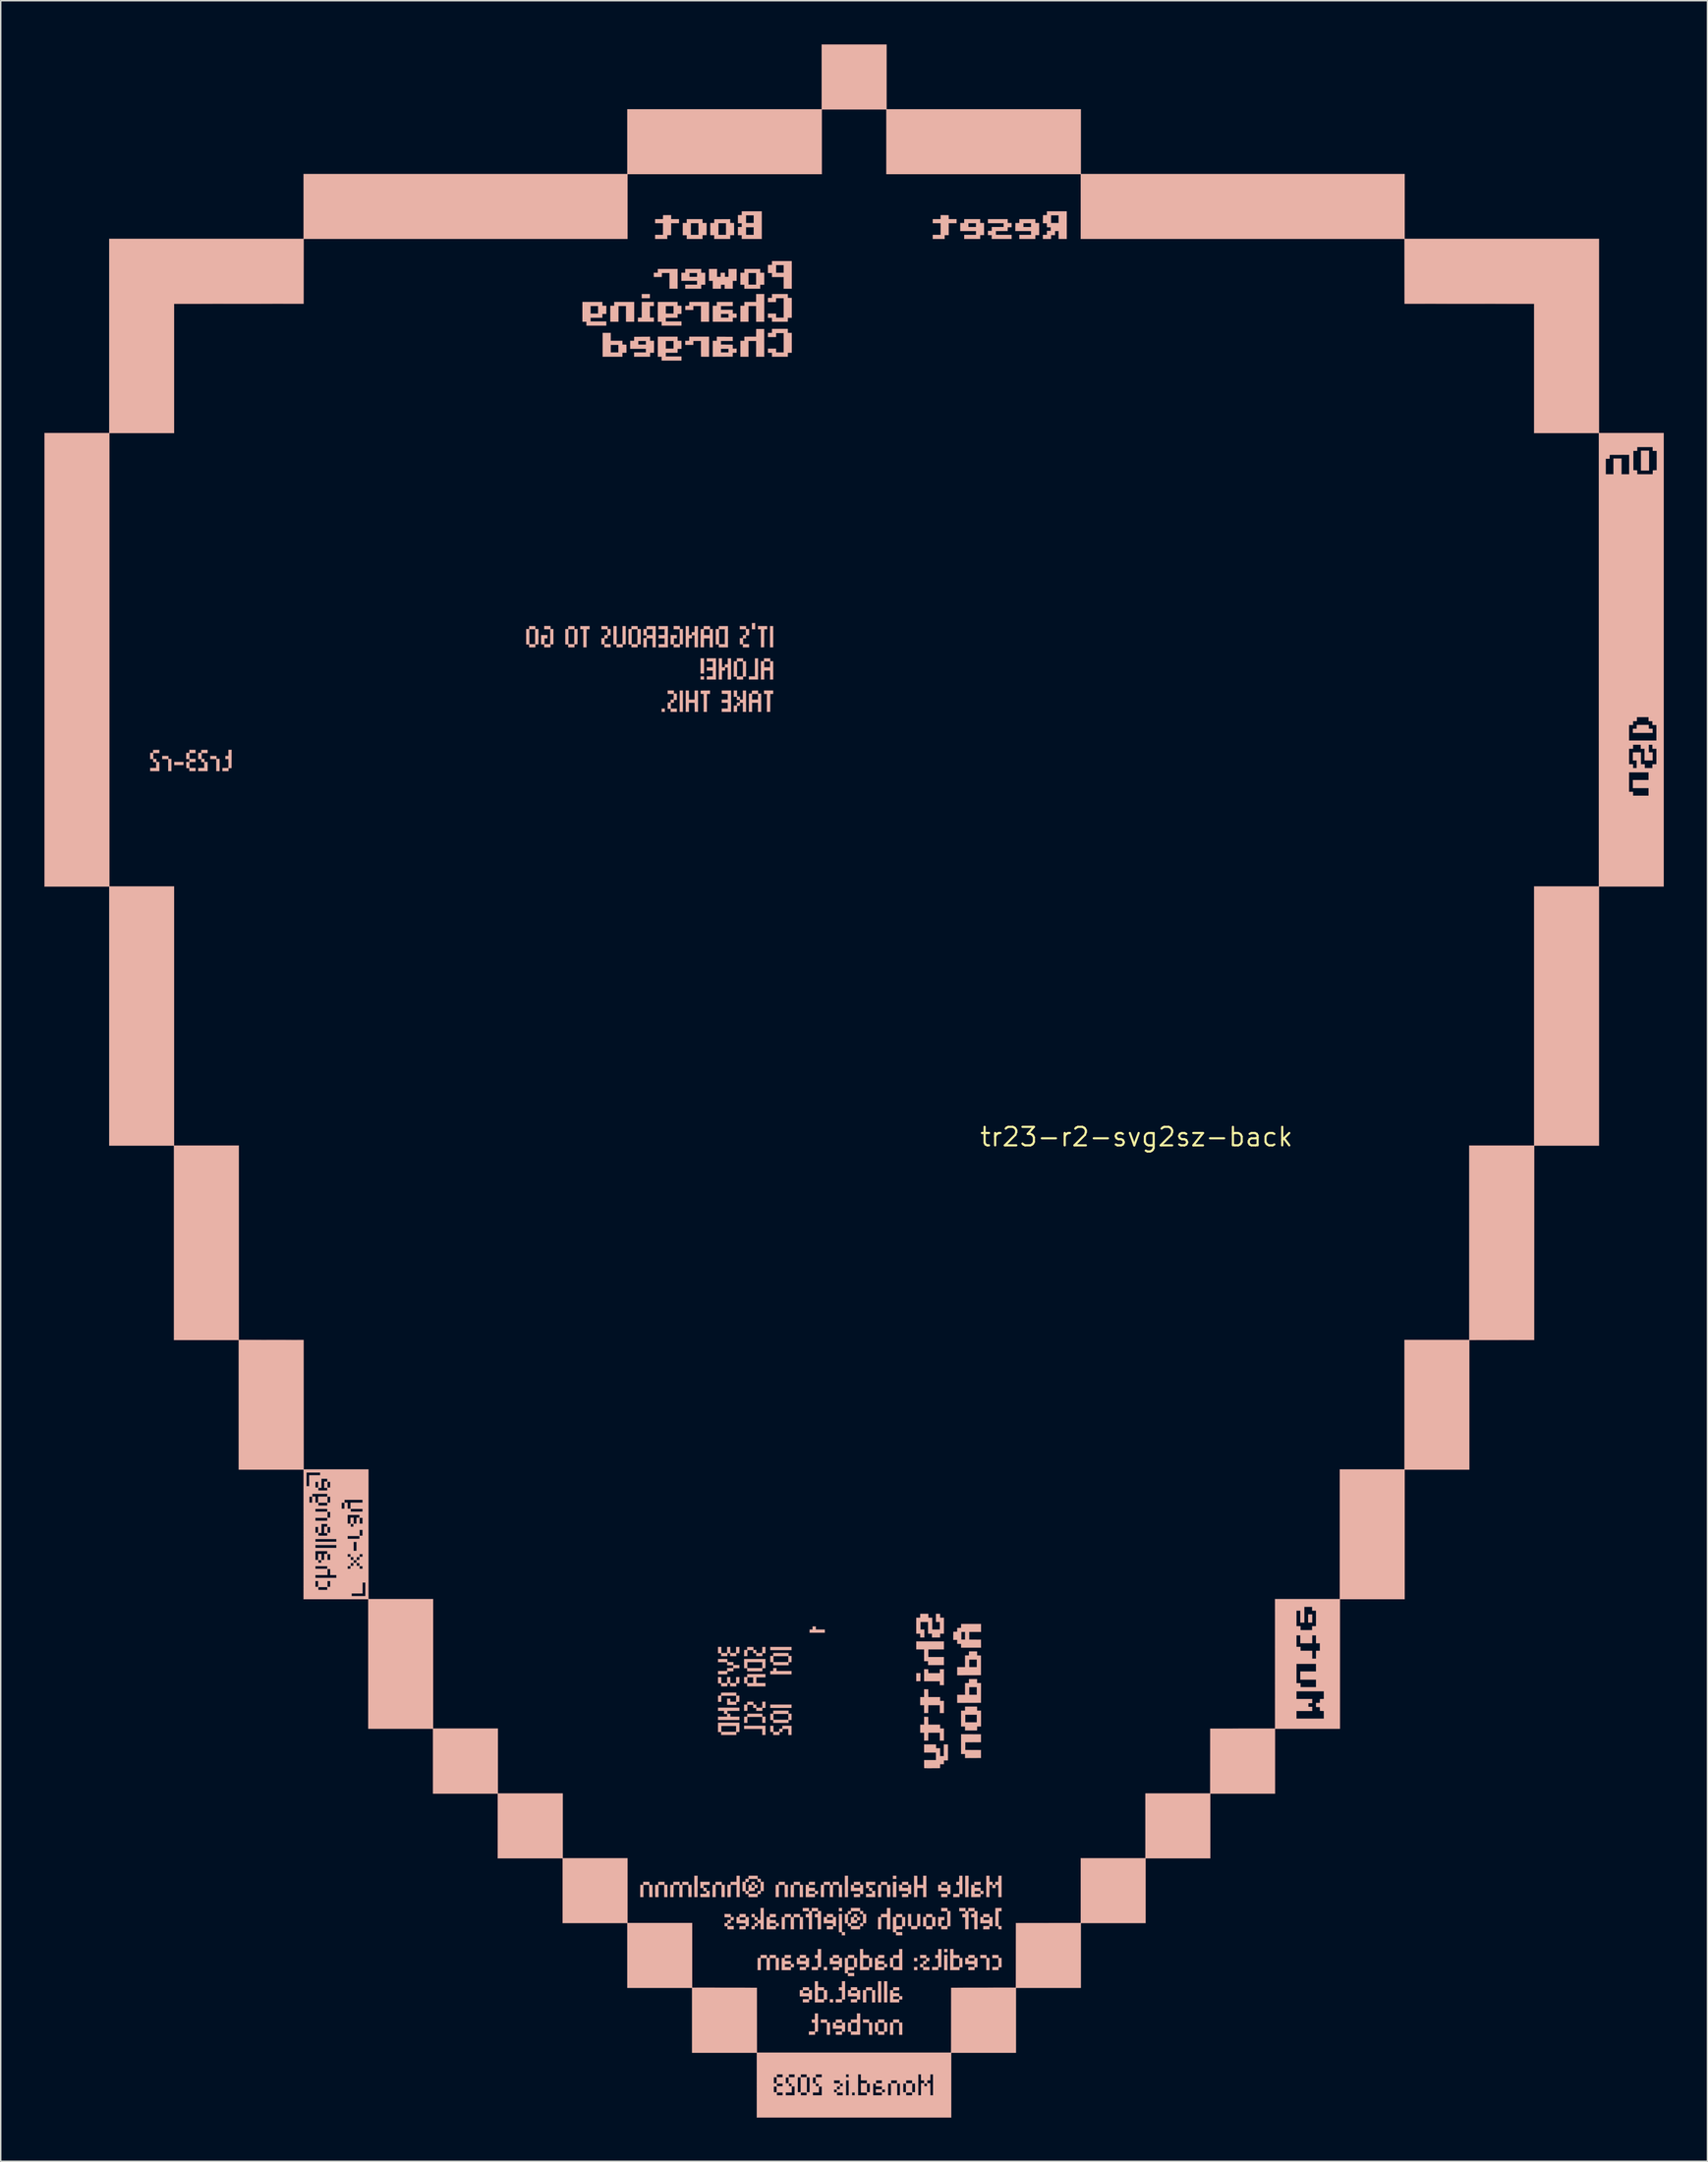
<source format=kicad_pcb>
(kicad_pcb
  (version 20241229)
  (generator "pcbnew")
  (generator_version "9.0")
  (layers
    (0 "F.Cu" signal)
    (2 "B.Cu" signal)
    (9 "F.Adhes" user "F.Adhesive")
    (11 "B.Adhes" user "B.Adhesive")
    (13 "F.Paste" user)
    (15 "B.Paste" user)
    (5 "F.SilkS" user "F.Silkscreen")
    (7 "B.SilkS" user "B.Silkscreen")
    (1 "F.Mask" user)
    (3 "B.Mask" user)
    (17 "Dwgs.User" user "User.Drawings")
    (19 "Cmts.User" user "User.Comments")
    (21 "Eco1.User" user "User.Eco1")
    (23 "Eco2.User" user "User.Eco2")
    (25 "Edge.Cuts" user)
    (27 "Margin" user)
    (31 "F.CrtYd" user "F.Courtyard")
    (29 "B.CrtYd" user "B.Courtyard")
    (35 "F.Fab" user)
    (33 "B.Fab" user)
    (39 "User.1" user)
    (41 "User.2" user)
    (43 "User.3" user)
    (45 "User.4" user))
  (footprint "tr23-r2-svg2sz-back"
    (layer "F.Cu")
    (at 74.999 74.999)
    (property "Reference" "tr23-r2-svg2sz-back" (at 0 0 0) (layer "F.SilkS") (effects (font (size 1.27 1.27) (thickness 0.15))))
    (attr through_hole)
    (fp_poly (pts (xy -33.422 -57.584) (xy -33.972 -57.584) (xy -33.972 -57.859) (xy -33.422 -57.859) (xy -33.422 -57.584)) (stroke (width 0.01) (type solid)) (fill yes) (layer "B.SilkS"))
    (fp_poly (pts (xy -32.396 -29.178) (xy -32.607 -29.178) (xy -32.607 -29.401) (xy -32.396 -29.401) (xy -32.396 -29.178)) (stroke (width 0.01) (type solid)) (fill yes) (layer "B.SilkS"))
    (fp_poly (pts (xy -31.157 -29.178) (xy -31.369 -29.178) (xy -31.369 -30.639) (xy -31.157 -30.639) (xy -31.157 -29.178)) (stroke (width 0.01) (type solid)) (fill yes) (layer "B.SilkS"))
    (fp_poly (pts (xy -29.707 -31.814) (xy -29.93 -31.814) (xy -29.93 -32.851) (xy -29.707 -32.851) (xy -29.707 -31.814)) (stroke (width 0.01) (type solid)) (fill yes) (layer "B.SilkS"))
    (fp_poly (pts (xy -29.707 -31.401) (xy -29.93 -31.401) (xy -29.93 -31.612) (xy -29.707 -31.612) (xy -29.707 -31.401)) (stroke (width 0.01) (type solid)) (fill yes) (layer "B.SilkS"))
    (fp_poly (pts (xy -24.956 -33.613) (xy -25.167 -33.613) (xy -25.167 -35.063) (xy -24.956 -35.063) (xy -24.956 -33.613)) (stroke (width 0.01) (type solid)) (fill yes) (layer "B.SilkS"))
    (fp_poly (pts (xy -23.696 35.232) (xy -25.146 35.232) (xy -25.146 35.02) (xy -23.696 35.02) (xy -23.696 35.232)) (stroke (width 0.01) (type solid)) (fill yes) (layer "B.SilkS"))
    (fp_poly (pts (xy -23.696 39.201) (xy -25.146 39.201) (xy -25.146 38.978) (xy -23.696 38.978) (xy -23.696 39.201)) (stroke (width 0.01) (type solid)) (fill yes) (layer "B.SilkS"))
    (fp_poly (pts (xy -22.087 51.35) (xy -22.5 51.35) (xy -22.5 51.139) (xy -22.087 51.139) (xy -22.087 51.35)) (stroke (width 0.01) (type solid)) (fill yes) (layer "B.SilkS"))
    (fp_poly (pts (xy -21.251 57.203) (xy -21.474 57.203) (xy -21.474 56.991) (xy -21.251 56.991) (xy -21.251 57.203)) (stroke (width 0.01) (type solid)) (fill yes) (layer "B.SilkS"))
    (fp_poly (pts (xy -20.839 59.415) (xy -21.061 59.415) (xy -21.061 59.203) (xy -20.839 59.203) (xy -20.839 59.415)) (stroke (width 0.01) (type solid)) (fill yes) (layer "B.SilkS"))
    (fp_poly (pts (xy -20.225 53.16) (xy -20.436 53.16) (xy -20.436 52.938) (xy -20.225 52.938) (xy -20.225 53.16)) (stroke (width 0.01) (type solid)) (fill yes) (layer "B.SilkS"))
    (fp_poly (pts (xy -19.812 52.186) (xy -20.024 52.186) (xy -20.024 50.726) (xy -19.812 50.726) (xy -19.812 52.186)) (stroke (width 0.01) (type solid)) (fill yes) (layer "B.SilkS"))
    (fp_poly (pts (xy -17.537 59.415) (xy -17.748 59.415) (xy -17.748 57.965) (xy -17.537 57.965) (xy -17.537 59.415)) (stroke (width 0.01) (type solid)) (fill yes) (layer "B.SilkS"))
    (fp_poly (pts (xy -17.124 59.415) (xy -17.335 59.415) (xy -17.335 57.965) (xy -17.124 57.965) (xy -17.124 59.415)) (stroke (width 0.01) (type solid)) (fill yes) (layer "B.SilkS"))
    (fp_poly (pts (xy -16.499 50.938) (xy -16.722 50.938) (xy -16.722 50.726) (xy -16.499 50.726) (xy -16.499 50.938)) (stroke (width 0.01) (type solid)) (fill yes) (layer "B.SilkS"))
    (fp_poly (pts (xy -15.05 57.203) (xy -15.272 57.203) (xy -15.272 56.991) (xy -15.05 56.991) (xy -15.05 57.203)) (stroke (width 0.01) (type solid)) (fill yes) (layer "B.SilkS"))
    (fp_poly (pts (xy -12.986 55.965) (xy -13.208 55.965) (xy -13.208 55.753) (xy -12.986 55.753) (xy -12.986 55.965)) (stroke (width 0.01) (type solid)) (fill yes) (layer "B.SilkS"))
    (fp_poly (pts (xy -12.986 57.203) (xy -13.208 57.203) (xy -13.208 56.166) (xy -12.986 56.166) (xy -12.986 57.203)) (stroke (width 0.01) (type solid)) (fill yes) (layer "B.SilkS"))
    (fp_poly (pts (xy 12.065 33.337) (xy 11.79 33.337) (xy 11.79 32.787) (xy 12.065 32.787) (xy 12.065 33.337)) (stroke (width 0.01) (type solid)) (fill yes) (layer "B.SilkS"))
    (fp_poly (pts (xy 35.2 -45.752) (xy 34.65 -45.752) (xy 34.65 -47.106) (xy 35.2 -47.106) (xy 35.2 -45.752)) (stroke (width 0.01) (type solid)) (fill yes) (layer "B.SilkS"))
    (fp_poly (pts (xy -65.45 -25.635) (xy -65.453 -25.532) (xy -65.767 -25.529) (xy -66.082 -25.527) (xy -66.082 -25.739) (xy -65.447 -25.739) (xy -65.45 -25.635)) (stroke (width 0.01) (type solid)) (fill yes) (layer "B.SilkS"))
    (fp_poly (pts (xy -25.993 -31.401) (xy -26.617 -31.401) (xy -26.617 -31.612) (xy -26.204 -31.612) (xy -26.204 -32.851) (xy -25.993 -32.851) (xy -25.993 -31.401)) (stroke (width 0.01) (type solid)) (fill yes) (layer "B.SilkS"))
    (fp_poly (pts (xy -25.485 41.053) (xy -25.696 41.053) (xy -25.696 40.64) (xy -26.945 40.64) (xy -26.945 40.428) (xy -25.485 40.428) (xy -25.485 41.053)) (stroke (width 0.01) (type solid)) (fill yes) (layer "B.SilkS"))
    (fp_poly (pts (xy -14.84 37.092) (xy -14.843 37.364) (xy -14.983 37.367) (xy -15.124 37.37) (xy -15.124 36.819) (xy -14.837 36.819) (xy -14.84 37.092)) (stroke (width 0.01) (type solid)) (fill yes) (layer "B.SilkS"))
    (fp_poly (pts (xy -11.538 51.454) (xy -11.541 52.181) (xy -11.65 52.184) (xy -11.758 52.187) (xy -11.758 50.726) (xy -11.536 50.726) (xy -11.538 51.454)) (stroke (width 0.01) (type solid)) (fill yes) (layer "B.SilkS"))
    (fp_poly (pts (xy -66.484 -25.95) (xy -66.283 -25.95) (xy -66.283 -25.114) (xy -66.495 -25.114) (xy -66.495 -25.94) (xy -66.908 -25.94) (xy -66.908 -26.151) (xy -66.484 -26.151) (xy -66.484 -25.95)) (stroke (width 0.01) (type solid)) (fill yes) (layer "B.SilkS"))
    (fp_poly (pts (xy -63.182 -25.95) (xy -62.971 -25.95) (xy -62.971 -25.114) (xy -63.193 -25.114) (xy -63.193 -25.94) (xy -63.606 -25.94) (xy -63.606 -26.151) (xy -63.182 -26.151) (xy -63.182 -25.95)) (stroke (width 0.01) (type solid)) (fill yes) (layer "B.SilkS"))
    (fp_poly (pts (xy -37.56 -34.851) (xy -37.772 -34.851) (xy -37.772 -33.613) (xy -37.984 -33.613) (xy -37.984 -34.851) (xy -38.195 -34.851) (xy -38.195 -35.063) (xy -37.56 -35.063) (xy -37.56 -34.851)) (stroke (width 0.01) (type solid)) (fill yes) (layer "B.SilkS"))
    (fp_poly (pts (xy -24.723 36.671) (xy -23.696 36.671) (xy -23.696 36.894) (xy -25.146 36.894) (xy -25.146 36.671) (xy -24.945 36.671) (xy -24.945 36.47) (xy -24.723 36.47) (xy -24.723 36.671)) (stroke (width 0.01) (type solid)) (fill yes) (layer "B.SilkS"))
    (fp_poly (pts (xy -22.024 33.824) (xy -21.41 33.824) (xy -21.41 34.036) (xy -22.447 34.036) (xy -22.447 33.824) (xy -22.246 33.824) (xy -22.246 33.613) (xy -22.024 33.613) (xy -22.024 33.824)) (stroke (width 0.01) (type solid)) (fill yes) (layer "B.SilkS"))
    (fp_poly (pts (xy -21.251 60.801) (xy -21.05 60.801) (xy -21.05 61.637) (xy -21.262 61.637) (xy -21.262 60.812) (xy -21.675 60.812) (xy -21.675 60.59) (xy -21.251 60.59) (xy -21.251 60.801)) (stroke (width 0.01) (type solid)) (fill yes) (layer "B.SilkS"))
    (fp_poly (pts (xy -10.298 56.367) (xy -10.097 56.367) (xy -10.097 57.203) (xy -10.308 57.203) (xy -10.308 56.377) (xy -10.721 56.377) (xy -10.721 56.166) (xy -10.298 56.166) (xy -10.298 56.367)) (stroke (width 0.01) (type solid)) (fill yes) (layer "B.SilkS"))
    (fp_poly (pts (xy -29.295 -30.416) (xy -29.506 -30.416) (xy -29.506 -29.178) (xy -29.718 -29.178) (xy -29.718 -30.416) (xy -29.821 -30.419) (xy -29.924 -30.422) (xy -29.924 -30.633) (xy -29.295 -30.639) (xy -29.295 -30.416)) (stroke (width 0.01) (type solid)) (fill yes) (layer "B.SilkS"))
    (fp_poly (pts (xy -25.368 -34.851) (xy -25.569 -34.851) (xy -25.575 -33.618) (xy -25.683 -33.615) (xy -25.792 -33.612) (xy -25.792 -34.851) (xy -25.993 -34.851) (xy -25.993 -35.063) (xy -25.368 -35.063) (xy -25.368 -34.851)) (stroke (width 0.01) (type solid)) (fill yes) (layer "B.SilkS"))
    (fp_poly (pts (xy -24.956 -30.416) (xy -25.156 -30.416) (xy -25.162 -29.184) (xy -25.27 -29.181) (xy -25.379 -29.178) (xy -25.379 -30.416) (xy -25.58 -30.416) (xy -25.58 -30.639) (xy -24.956 -30.639) (xy -24.956 -30.416)) (stroke (width 0.01) (type solid)) (fill yes) (layer "B.SilkS"))
    (fp_poly (pts (xy -20.225 54.588) (xy -20.122 54.591) (xy -20.018 54.594) (xy -20.012 54.811) (xy -20.235 54.811) (xy -20.235 54.599) (xy -20.436 54.599) (xy -20.436 53.351) (xy -20.225 53.351) (xy -20.225 54.588)) (stroke (width 0.01) (type solid)) (fill yes) (layer "B.SilkS"))
    (fp_poly (pts (xy -34.502 -55.965) (xy -35.052 -55.965) (xy -35.052 -57.044) (xy -35.581 -57.044) (xy -35.581 -55.965) (xy -36.132 -55.965) (xy -36.132 -57.055) (xy -35.867 -57.055) (xy -35.867 -57.319) (xy -34.502 -57.319) (xy -34.502 -55.965)) (stroke (width 0.01) (type solid)) (fill yes) (layer "B.SilkS"))
    (fp_poly (pts (xy -33.147 -57.044) (xy -33.422 -57.044) (xy -33.422 -56.24) (xy -33.147 -56.24) (xy -33.147 -55.965) (xy -34.237 -55.965) (xy -34.237 -56.24) (xy -33.972 -56.24) (xy -33.972 -57.319) (xy -33.147 -57.319) (xy -33.147 -57.044)) (stroke (width 0.01) (type solid)) (fill yes) (layer "B.SilkS"))
    (fp_poly (pts (xy -18.362 60.801) (xy -18.15 60.801) (xy -18.15 61.637) (xy -18.373 61.637) (xy -18.373 60.812) (xy -18.576 60.809) (xy -18.78 60.807) (xy -18.783 60.698) (xy -18.786 60.59) (xy -18.362 60.59) (xy -18.362 60.801)) (stroke (width 0.01) (type solid)) (fill yes) (layer "B.SilkS"))
    (fp_poly (pts (xy 35.177 -28.149) (xy 35.18 -28.014) (xy 35.444 -28.014) (xy 35.444 -27.739) (xy 34.089 -27.739) (xy 34.089 -28.014) (xy 34.353 -28.014) (xy 34.356 -28.149) (xy 34.359 -28.284) (xy 35.174 -28.284) (xy 35.177 -28.149)) (stroke (width 0.01) (type solid)) (fill yes) (layer "B.SilkS"))
    (fp_poly (pts (xy -9.271 53.16) (xy -9.472 53.16) (xy -9.472 54.176) (xy -9.271 54.176) (xy -9.271 54.398) (xy -9.483 54.398) (xy -9.483 54.187) (xy -9.695 54.187) (xy -9.692 53.565) (xy -9.689 52.943) (xy -9.271 52.937) (xy -9.271 53.16)) (stroke (width 0.01) (type solid)) (fill yes) (layer "B.SilkS"))
    (fp_poly (pts (xy -35.708 -33.824) (xy -35.295 -33.824) (xy -35.295 -35.063) (xy -35.084 -35.063) (xy -35.084 -33.814) (xy -35.285 -33.814) (xy -35.285 -33.613) (xy -35.708 -33.613) (xy -35.708 -33.814) (xy -35.92 -33.814) (xy -35.92 -35.063) (xy -35.708 -35.063) (xy -35.708 -33.824)) (stroke (width 0.01) (type solid)) (fill yes) (layer "B.SilkS"))
    (fp_poly (pts (xy -32.184 -33.613) (xy -32.819 -33.613) (xy -32.819 -33.824) (xy -32.406 -33.824) (xy -32.406 -34.227) (xy -32.819 -34.227) (xy -32.819 -34.449) (xy -32.406 -34.449) (xy -32.406 -34.851) (xy -32.819 -34.851) (xy -32.819 -35.063) (xy -32.184 -35.063) (xy -32.184 -33.613)) (stroke (width 0.01) (type solid)) (fill yes) (layer "B.SilkS"))
    (fp_poly (pts (xy -31.517 -58.23) (xy -32.068 -58.23) (xy -32.068 -59.309) (xy -32.596 -59.309) (xy -32.599 -59.174) (xy -32.602 -59.039) (xy -33.142 -59.039) (xy -33.145 -59.179) (xy -33.148 -59.32) (xy -32.872 -59.32) (xy -32.872 -59.584) (xy -31.517 -59.584) (xy -31.517 -58.23)) (stroke (width 0.01) (type solid)) (fill yes) (layer "B.SilkS"))
    (fp_poly (pts (xy -29.358 -55.965) (xy -29.909 -55.965) (xy -29.909 -57.044) (xy -30.438 -57.044) (xy -30.438 -56.769) (xy -30.71 -56.771) (xy -30.983 -56.774) (xy -30.983 -57.049) (xy -30.848 -57.052) (xy -30.713 -57.055) (xy -30.713 -57.319) (xy -29.358 -57.319) (xy -29.358 -55.965)) (stroke (width 0.01) (type solid)) (fill yes) (layer "B.SilkS"))
    (fp_poly (pts (xy -28.882 -31.401) (xy -29.506 -31.401) (xy -29.506 -31.612) (xy -29.094 -31.612) (xy -29.094 -32.015) (xy -29.506 -32.015) (xy -29.506 -32.237) (xy -29.094 -32.237) (xy -29.094 -32.639) (xy -29.506 -32.639) (xy -29.506 -32.851) (xy -28.882 -32.851) (xy -28.882 -31.401)) (stroke (width 0.01) (type solid)) (fill yes) (layer "B.SilkS"))
    (fp_poly (pts (xy -28.49 51.35) (xy -28.278 51.35) (xy -28.284 52.181) (xy -28.501 52.187) (xy -28.501 51.35) (xy -28.903 51.35) (xy -28.903 52.186) (xy -29.115 52.186) (xy -29.115 51.35) (xy -28.914 51.35) (xy -28.914 51.139) (xy -28.49 51.139) (xy -28.49 51.35)) (stroke (width 0.01) (type solid)) (fill yes) (layer "B.SilkS"))
    (fp_poly (pts (xy -27.252 52.186) (xy -27.464 52.186) (xy -27.464 51.35) (xy -27.866 51.35) (xy -27.871 52.181) (xy -28.088 52.187) (xy -28.088 51.35) (xy -27.877 51.35) (xy -27.877 51.139) (xy -27.464 51.139) (xy -27.464 50.726) (xy -27.252 50.726) (xy -27.252 52.186)) (stroke (width 0.01) (type solid)) (fill yes) (layer "B.SilkS"))
    (fp_poly (pts (xy -25.569 -55.965) (xy -26.12 -55.965) (xy -26.12 -57.044) (xy -26.649 -57.044) (xy -26.649 -55.965) (xy -27.199 -55.965) (xy -27.199 -57.055) (xy -26.924 -57.055) (xy -26.924 -57.319) (xy -26.12 -57.319) (xy -26.12 -57.859) (xy -25.569 -57.859) (xy -25.569 -55.965)) (stroke (width 0.01) (type solid)) (fill yes) (layer "B.SilkS"))
    (fp_poly (pts (xy -20.013 59.214) (xy -20.225 59.214) (xy -20.225 59.415) (xy -20.648 59.415) (xy -20.648 59.203) (xy -20.225 59.203) (xy -20.225 58.589) (xy -20.436 58.589) (xy -20.436 58.378) (xy -20.225 58.378) (xy -20.225 57.965) (xy -20.013 57.965) (xy -20.013 59.214)) (stroke (width 0.01) (type solid)) (fill yes) (layer "B.SilkS"))
    (fp_poly (pts (xy -18.15 58.579) (xy -17.949 58.579) (xy -17.949 59.415) (xy -18.161 59.415) (xy -18.161 58.589) (xy -18.563 58.589) (xy -18.563 59.415) (xy -18.785 59.415) (xy -18.785 58.579) (xy -18.574 58.579) (xy -18.574 58.378) (xy -18.15 58.378) (xy -18.15 58.579)) (stroke (width 0.01) (type solid)) (fill yes) (layer "B.SilkS"))
    (fp_poly (pts (xy -17.124 51.35) (xy -16.912 51.35) (xy -16.917 52.181) (xy -17.129 52.181) (xy -17.135 51.35) (xy -17.537 51.35) (xy -17.537 52.186) (xy -17.748 52.186) (xy -17.748 51.35) (xy -17.547 51.35) (xy -17.547 51.139) (xy -17.124 51.139) (xy -17.124 51.35)) (stroke (width 0.01) (type solid)) (fill yes) (layer "B.SilkS"))
    (fp_poly (pts (xy -16.912 54.398) (xy -17.134 54.398) (xy -17.134 53.573) (xy -17.537 53.573) (xy -17.537 54.398) (xy -17.748 54.398) (xy -17.748 53.562) (xy -17.547 53.562) (xy -17.547 53.351) (xy -17.134 53.351) (xy -17.134 52.938) (xy -16.912 52.938) (xy -16.912 54.398)) (stroke (width 0.01) (type solid)) (fill yes) (layer "B.SilkS"))
    (fp_poly (pts (xy -16.298 60.801) (xy -16.087 60.801) (xy -16.087 61.637) (xy -16.298 61.637) (xy -16.298 60.812) (xy -16.711 60.812) (xy -16.711 61.637) (xy -16.923 61.637) (xy -16.923 60.801) (xy -16.711 60.801) (xy -16.711 60.59) (xy -16.298 60.59) (xy -16.298 60.801)) (stroke (width 0.01) (type solid)) (fill yes) (layer "B.SilkS"))
    (fp_poly (pts (xy -14.444 36.547) (xy -14.303 36.55) (xy -14.3 36.684) (xy -14.297 36.819) (xy -13.504 36.819) (xy -13.504 36.544) (xy -13.229 36.544) (xy -13.229 37.634) (xy -13.504 37.634) (xy -13.504 37.37) (xy -14.584 37.37) (xy -14.584 36.544) (xy -14.444 36.547)) (stroke (width 0.01) (type solid)) (fill yes) (layer "B.SilkS"))
    (fp_poly (pts (xy -13.229 35.179) (xy -14.298 35.179) (xy -14.298 35.708) (xy -13.229 35.708) (xy -13.229 36.258) (xy -14.309 36.258) (xy -14.309 35.994) (xy -14.584 35.994) (xy -14.584 35.179) (xy -15.124 35.179) (xy -15.124 34.639) (xy -13.229 34.639) (xy -13.229 35.179)) (stroke (width 0.01) (type solid)) (fill yes) (layer "B.SilkS"))
    (fp_poly (pts (xy -11.959 51.975) (xy -12.16 51.975) (xy -12.16 52.186) (xy -12.584 52.186) (xy -12.584 51.964) (xy -12.171 51.964) (xy -12.171 51.35) (xy -12.372 51.35) (xy -12.372 51.139) (xy -12.171 51.139) (xy -12.171 50.726) (xy -11.959 50.726) (xy -11.959 51.975)) (stroke (width 0.01) (type solid)) (fill yes) (layer "B.SilkS"))
    (fp_poly (pts (xy -9.472 56.367) (xy -9.271 56.367) (xy -9.271 57.002) (xy -9.472 57.002) (xy -9.472 57.203) (xy -9.895 57.203) (xy -9.895 56.991) (xy -9.483 56.991) (xy -9.483 56.377) (xy -9.895 56.377) (xy -9.895 56.166) (xy -9.472 56.166) (xy -9.472 56.367)) (stroke (width 0.01) (type solid)) (fill yes) (layer "B.SilkS"))
    (fp_poly (pts (xy -30.745 -30.014) (xy -30.342 -30.014) (xy -30.342 -30.639) (xy -30.12 -30.639) (xy -30.12 -29.178) (xy -30.337 -29.184) (xy -30.34 -29.493) (xy -30.343 -29.803) (xy -30.745 -29.803) (xy -30.745 -29.178) (xy -30.956 -29.178) (xy -30.956 -30.639) (xy -30.745 -30.639) (xy -30.745 -30.014)) (stroke (width 0.01) (type solid)) (fill yes) (layer "B.SilkS"))
    (fp_poly (pts (xy -27.845 -29.178) (xy -28.48 -29.178) (xy -28.48 -29.401) (xy -28.067 -29.401) (xy -28.067 -29.803) (xy -28.48 -29.803) (xy -28.48 -30.014) (xy -28.067 -30.014) (xy -28.067 -30.416) (xy -28.271 -30.419) (xy -28.474 -30.422) (xy -28.48 -30.639) (xy -27.845 -30.639) (xy -27.845 -29.178)) (stroke (width 0.01) (type solid)) (fill yes) (layer "B.SilkS"))
    (fp_poly (pts (xy -25.696 39.804) (xy -25.485 39.804) (xy -25.485 40.227) (xy -25.696 40.227) (xy -25.696 39.815) (xy -26.723 39.815) (xy -26.723 40.227) (xy -26.946 40.227) (xy -26.94 39.809) (xy -26.837 39.806) (xy -26.733 39.803) (xy -26.733 39.603) (xy -25.696 39.603) (xy -25.696 39.804)) (stroke (width 0.01) (type solid)) (fill yes) (layer "B.SilkS"))
    (fp_poly (pts (xy -15.163 56.369) (xy -15.055 56.372) (xy -15.055 56.584) (xy -15.156 56.587) (xy -15.2 56.587) (xy -15.236 56.586) (xy -15.259 56.584) (xy -15.264 56.582) (xy -15.267 56.569) (xy -15.27 56.54) (xy -15.271 56.499) (xy -15.272 56.471) (xy -15.272 56.366) (xy -15.163 56.369)) (stroke (width 0.01) (type solid)) (fill yes) (layer "B.SilkS"))
    (fp_poly (pts (xy -11.364 41.013) (xy -10.684 41.016) (xy -10.684 41.555) (xy -11.221 41.558) (xy -11.758 41.561) (xy -11.758 42.09) (xy -11.221 42.092) (xy -10.684 42.095) (xy -10.684 42.635) (xy -11.769 42.64) (xy -11.769 42.365) (xy -12.044 42.365) (xy -12.044 41.01) (xy -11.364 41.013)) (stroke (width 0.01) (type solid)) (fill yes) (layer "B.SilkS"))
    (fp_poly (pts (xy -62.148 -25.948) (xy -62.151 -25.321) (xy -62.254 -25.318) (xy -62.357 -25.315) (xy -62.357 -25.114) (xy -62.77 -25.114) (xy -62.77 -25.326) (xy -62.357 -25.326) (xy -62.357 -25.94) (xy -62.569 -25.94) (xy -62.569 -26.151) (xy -62.357 -26.151) (xy -62.357 -26.575) (xy -62.145 -26.575) (xy -62.148 -25.948)) (stroke (width 0.01) (type solid)) (fill yes) (layer "B.SilkS"))
    (fp_poly (pts (xy -33.454 51.35) (xy -33.242 51.35) (xy -33.242 52.187) (xy -33.351 52.184) (xy -33.459 52.181) (xy -33.462 51.766) (xy -33.465 51.35) (xy -33.867 51.35) (xy -33.867 52.186) (xy -34.078 52.186) (xy -34.078 51.35) (xy -33.877 51.35) (xy -33.877 51.139) (xy -33.454 51.139) (xy -33.454 51.35)) (stroke (width 0.01) (type solid)) (fill yes) (layer "B.SilkS"))
    (fp_poly (pts (xy -26.194 -34.851) (xy -26.3 -34.851) (xy -26.354 -34.852) (xy -26.389 -34.855) (xy -26.407 -34.86) (xy -26.411 -34.864) (xy -26.413 -34.879) (xy -26.414 -34.911) (xy -26.414 -34.957) (xy -26.414 -35.013) (xy -26.414 -35.074) (xy -26.411 -35.269) (xy -26.302 -35.272) (xy -26.194 -35.275) (xy -26.194 -34.851)) (stroke (width 0.01) (type solid)) (fill yes) (layer "B.SilkS"))
    (fp_poly (pts (xy -25.572 -54.512) (xy -25.569 -53.562) (xy -26.12 -53.562) (xy -26.12 -54.642) (xy -26.649 -54.642) (xy -26.649 -53.562) (xy -27.199 -53.562) (xy -27.199 -54.652) (xy -26.924 -54.652) (xy -26.924 -54.928) (xy -26.12 -54.928) (xy -26.117 -55.195) (xy -26.114 -55.462) (xy -25.575 -55.462) (xy -25.572 -54.512)) (stroke (width 0.01) (type solid)) (fill yes) (layer "B.SilkS"))
    (fp_poly (pts (xy -24.151 51.35) (xy -23.939 51.35) (xy -23.942 51.766) (xy -23.945 52.181) (xy -24.156 52.181) (xy -24.159 51.766) (xy -24.162 51.35) (xy -24.564 51.35) (xy -24.564 52.186) (xy -24.776 52.186) (xy -24.776 51.35) (xy -24.575 51.35) (xy -24.575 51.139) (xy -24.151 51.139) (xy -24.151 51.35)) (stroke (width 0.01) (type solid)) (fill yes) (layer "B.SilkS"))
    (fp_poly (pts (xy -21.667 56.375) (xy -21.669 56.997) (xy -21.773 57) (xy -21.876 57.003) (xy -21.876 57.203) (xy -22.299 57.203) (xy -22.299 56.991) (xy -21.886 56.991) (xy -21.886 56.377) (xy -22.087 56.377) (xy -22.087 56.166) (xy -21.886 56.166) (xy -21.886 55.753) (xy -21.664 55.753) (xy -21.667 56.375)) (stroke (width 0.01) (type solid)) (fill yes) (layer "B.SilkS"))
    (fp_poly (pts (xy -15.473 54.176) (xy -15.06 54.176) (xy -15.06 53.351) (xy -14.848 53.351) (xy -14.848 54.187) (xy -15.049 54.187) (xy -15.052 54.29) (xy -15.055 54.393) (xy -15.264 54.396) (xy -15.473 54.399) (xy -15.473 54.187) (xy -15.684 54.187) (xy -15.684 53.351) (xy -15.473 53.351) (xy -15.473 54.176)) (stroke (width 0.01) (type solid)) (fill yes) (layer "B.SilkS"))
    (fp_poly (pts (xy -15.055 50.731) (xy -15.052 51.041) (xy -15.049 51.35) (xy -14.647 51.35) (xy -14.647 50.726) (xy -14.436 50.726) (xy -14.436 52.186) (xy -14.647 52.186) (xy -14.647 51.562) (xy -15.049 51.562) (xy -15.052 51.872) (xy -15.055 52.181) (xy -15.272 52.187) (xy -15.272 50.725) (xy -15.055 50.731)) (stroke (width 0.01) (type solid)) (fill yes) (layer "B.SilkS"))
    (fp_poly (pts (xy -13.401 56.375) (xy -13.404 56.997) (xy -13.507 57) (xy -13.61 57.003) (xy -13.61 57.203) (xy -14.034 57.203) (xy -14.034 56.991) (xy -13.621 56.991) (xy -13.621 56.377) (xy -13.822 56.377) (xy -13.822 56.166) (xy -13.621 56.166) (xy -13.621 55.753) (xy -13.398 55.753) (xy -13.401 56.375)) (stroke (width 0.01) (type solid)) (fill yes) (layer "B.SilkS"))
    (fp_poly (pts (xy -28.056 -33.613) (xy -28.681 -33.613) (xy -28.681 -33.814) (xy -28.892 -33.814) (xy -28.892 -34.851) (xy -28.67 -34.851) (xy -28.67 -33.824) (xy -28.268 -33.824) (xy -28.268 -34.851) (xy -28.67 -34.851) (xy -28.892 -34.851) (xy -28.892 -34.861) (xy -28.681 -34.861) (xy -28.681 -35.063) (xy -28.056 -35.063) (xy -28.056 -33.613)) (stroke (width 0.01) (type solid)) (fill yes) (layer "B.SilkS"))
    (fp_poly (pts (xy -27.273 40.852) (xy -27.485 40.852) (xy -27.485 41.053) (xy -28.522 41.053) (xy -28.522 40.852) (xy -28.734 40.852) (xy -28.734 40.439) (xy -28.512 40.439) (xy -28.512 40.841) (xy -27.495 40.841) (xy -27.495 40.439) (xy -28.512 40.439) (xy -28.734 40.439) (xy -28.734 40.217) (xy -27.273 40.217) (xy -27.273 40.852)) (stroke (width 0.01) (type solid)) (fill yes) (layer "B.SilkS"))
    (fp_poly (pts (xy -21.876 61.426) (xy -22.076 61.426) (xy -22.079 61.529) (xy -22.082 61.632) (xy -22.291 61.635) (xy -22.5 61.638) (xy -22.5 61.415) (xy -22.087 61.415) (xy -22.087 60.813) (xy -22.191 60.81) (xy -22.294 60.807) (xy -22.3 60.59) (xy -22.087 60.59) (xy -22.087 60.177) (xy -21.876 60.177) (xy -21.876 61.426)) (stroke (width 0.01) (type solid)) (fill yes) (layer "B.SilkS"))
    (fp_poly (pts (xy -30.745 -34.449) (xy -30.544 -34.449) (xy -30.544 -34.65) (xy -30.342 -34.65) (xy -30.342 -35.063) (xy -30.12 -35.063) (xy -30.12 -33.613) (xy -30.342 -33.613) (xy -30.342 -34.438) (xy -30.533 -34.438) (xy -30.533 -34.227) (xy -30.745 -34.227) (xy -30.745 -33.613) (xy -30.956 -33.613) (xy -30.956 -35.063) (xy -30.745 -35.063) (xy -30.745 -34.449)) (stroke (width 0.01) (type solid)) (fill yes) (layer "B.SilkS"))
    (fp_poly (pts (xy -28.469 -32.237) (xy -28.268 -32.237) (xy -28.268 -32.438) (xy -28.067 -32.438) (xy -28.067 -32.851) (xy -27.845 -32.851) (xy -27.845 -31.401) (xy -28.067 -31.401) (xy -28.067 -32.226) (xy -28.258 -32.226) (xy -28.258 -32.015) (xy -28.469 -32.015) (xy -28.469 -31.401) (xy -28.681 -31.401) (xy -28.681 -32.851) (xy -28.469 -32.851) (xy -28.469 -32.237)) (stroke (width 0.01) (type solid)) (fill yes) (layer "B.SilkS"))
    (fp_poly (pts (xy -27.273 39.402) (xy -28.099 39.402) (xy -28.099 39.603) (xy -27.898 39.603) (xy -27.898 39.804) (xy -27.273 39.804) (xy -27.273 40.026) (xy -28.734 40.026) (xy -28.734 39.804) (xy -28.109 39.804) (xy -28.109 39.613) (xy -28.321 39.613) (xy -28.321 39.402) (xy -28.734 39.402) (xy -28.734 39.19) (xy -27.273 39.19) (xy -27.273 39.402)) (stroke (width 0.01) (type solid)) (fill yes) (layer "B.SilkS"))
    (fp_poly (pts (xy -25.485 36.469) (xy -25.588 36.472) (xy -25.691 36.475) (xy -25.694 36.579) (xy -25.697 36.682) (xy -26.733 36.682) (xy -26.733 36.47) (xy -26.945 36.47) (xy -26.945 36.057) (xy -26.723 36.057) (xy -26.723 36.47) (xy -25.696 36.47) (xy -25.696 36.057) (xy -26.723 36.057) (xy -26.945 36.057) (xy -26.945 35.846) (xy -25.485 35.846) (xy -25.485 36.469)) (stroke (width 0.01) (type solid)) (fill yes) (layer "B.SilkS"))
    (fp_poly (pts (xy -23.675 -58.23) (xy -24.225 -58.23) (xy -24.225 -59.034) (xy -25.03 -59.034) (xy -25.03 -59.309) (xy -25.305 -59.309) (xy -25.305 -59.849) (xy -24.754 -59.849) (xy -24.754 -59.32) (xy -24.225 -59.32) (xy -24.225 -59.849) (xy -24.754 -59.849) (xy -25.305 -59.849) (xy -25.305 -59.859) (xy -25.03 -59.859) (xy -25.03 -60.124) (xy -23.675 -60.124) (xy -23.675 -58.23)) (stroke (width 0.01) (type solid)) (fill yes) (layer "B.SilkS"))
    (fp_poly (pts (xy -22.5 51.551) (xy -22.087 51.551) (xy -22.087 51.763) (xy -21.876 51.763) (xy -21.876 51.975) (xy -22.087 51.975) (xy -22.087 52.186) (xy -22.712 52.186) (xy -22.712 51.774) (xy -22.5 51.774) (xy -22.5 51.964) (xy -22.087 51.964) (xy -22.087 51.774) (xy -22.5 51.774) (xy -22.712 51.774) (xy -22.712 51.35) (xy -22.5 51.35) (xy -22.5 51.551)) (stroke (width 0.01) (type solid)) (fill yes) (layer "B.SilkS"))
    (fp_poly (pts (xy -21.876 58.378) (xy -21.463 58.378) (xy -21.463 58.579) (xy -21.251 58.579) (xy -21.251 59.214) (xy -21.463 59.214) (xy -21.463 59.415) (xy -22.087 59.415) (xy -22.087 58.589) (xy -21.876 58.589) (xy -21.876 59.203) (xy -21.474 59.203) (xy -21.474 58.589) (xy -21.876 58.589) (xy -22.087 58.589) (xy -22.087 57.965) (xy -21.876 57.965) (xy -21.876 58.378)) (stroke (width 0.01) (type solid)) (fill yes) (layer "B.SilkS"))
    (fp_poly (pts (xy -16.499 52.186) (xy -16.603 52.186) (xy -16.648 52.186) (xy -16.685 52.184) (xy -16.709 52.181) (xy -16.715 52.179) (xy -16.716 52.168) (xy -16.717 52.137) (xy -16.719 52.089) (xy -16.72 52.026) (xy -16.72 51.951) (xy -16.721 51.864) (xy -16.721 51.769) (xy -16.722 51.667) (xy -16.722 51.655) (xy -16.722 51.139) (xy -16.499 51.139) (xy -16.499 52.186)) (stroke (width 0.01) (type solid)) (fill yes) (layer "B.SilkS"))
    (fp_poly (pts (xy -16.087 57.203) (xy -16.711 57.203) (xy -16.711 57.002) (xy -16.923 57.002) (xy -16.923 56.377) (xy -16.711 56.377) (xy -16.711 56.991) (xy -16.298 56.991) (xy -16.298 56.377) (xy -16.711 56.377) (xy -16.923 56.377) (xy -16.923 56.367) (xy -16.711 56.367) (xy -16.711 56.166) (xy -16.298 56.166) (xy -16.298 55.753) (xy -16.087 55.753) (xy -16.087 57.203)) (stroke (width 0.01) (type solid)) (fill yes) (layer "B.SilkS"))
    (fp_poly (pts (xy -12.573 56.166) (xy -12.16 56.166) (xy -12.16 56.367) (xy -11.959 56.367) (xy -11.959 57.002) (xy -12.16 57.002) (xy -12.16 57.203) (xy -12.795 57.203) (xy -12.795 56.377) (xy -12.573 56.377) (xy -12.573 56.991) (xy -12.171 56.991) (xy -12.171 56.377) (xy -12.573 56.377) (xy -12.795 56.377) (xy -12.795 55.753) (xy -12.573 55.753) (xy -12.573 56.166)) (stroke (width 0.01) (type solid)) (fill yes) (layer "B.SilkS"))
    (fp_poly (pts (xy -63.796 -26.352) (xy -64.209 -26.352) (xy -64.209 -25.95) (xy -64.008 -25.95) (xy -64.008 -25.739) (xy -63.796 -25.739) (xy -63.796 -25.114) (xy -64.431 -25.114) (xy -64.431 -25.326) (xy -64.019 -25.326) (xy -64.019 -25.728) (xy -64.22 -25.728) (xy -64.22 -25.94) (xy -64.431 -25.94) (xy -64.431 -26.363) (xy -64.22 -26.363) (xy -64.22 -26.564) (xy -63.796 -26.564) (xy -63.796 -26.352)) (stroke (width 0.01) (type solid)) (fill yes) (layer "B.SilkS"))
    (fp_poly (pts (xy -40.248 -34.861) (xy -40.047 -34.861) (xy -40.047 -33.814) (xy -40.248 -33.814) (xy -40.248 -33.613) (xy -40.672 -33.613) (xy -40.672 -33.814) (xy -40.883 -33.814) (xy -40.883 -34.449) (xy -40.46 -34.449) (xy -40.46 -34.227) (xy -40.661 -34.227) (xy -40.661 -33.824) (xy -40.259 -33.824) (xy -40.259 -34.851) (xy -40.672 -34.851) (xy -40.672 -35.073) (xy -40.248 -35.073) (xy -40.248 -34.861)) (stroke (width 0.01) (type solid)) (fill yes) (layer "B.SilkS"))
    (fp_poly (pts (xy -31.962 -63.003) (xy -31.422 -63.003) (xy -31.422 -62.727) (xy -31.962 -62.727) (xy -31.962 -61.913) (xy -32.226 -61.913) (xy -32.226 -61.648) (xy -33.052 -61.648) (xy -33.052 -61.923) (xy -32.512 -61.923) (xy -32.512 -62.727) (xy -33.052 -62.727) (xy -33.052 -63.003) (xy -32.513 -63.003) (xy -32.51 -63.138) (xy -32.507 -63.272) (xy -32.234 -63.275) (xy -31.962 -63.278) (xy -31.962 -63.003)) (stroke (width 0.01) (type solid)) (fill yes) (layer "B.SilkS"))
    (fp_poly (pts (xy -18.981 61.632) (xy -19.296 61.635) (xy -19.611 61.638) (xy -19.611 61.426) (xy -19.812 61.426) (xy -19.812 60.812) (xy -19.6 60.812) (xy -19.6 61.415) (xy -19.198 61.415) (xy -19.198 60.812) (xy -19.6 60.812) (xy -19.812 60.812) (xy -19.812 60.801) (xy -19.611 60.801) (xy -19.611 60.59) (xy -19.198 60.59) (xy -19.198 60.177) (xy -18.976 60.177) (xy -18.981 61.632)) (stroke (width 0.01) (type solid)) (fill yes) (layer "B.SilkS"))
    (fp_poly (pts (xy -17.949 51.35) (xy -18.362 51.35) (xy -18.362 51.551) (xy -18.15 51.551) (xy -18.15 51.763) (xy -17.949 51.763) (xy -17.949 52.186) (xy -18.574 52.186) (xy -18.574 51.964) (xy -18.161 51.964) (xy -18.161 51.774) (xy -18.264 51.771) (xy -18.367 51.768) (xy -18.37 51.665) (xy -18.373 51.562) (xy -18.574 51.562) (xy -18.574 51.139) (xy -17.949 51.139) (xy -17.949 51.35)) (stroke (width 0.01) (type solid)) (fill yes) (layer "B.SilkS"))
    (fp_poly (pts (xy -13.179 -63.275) (xy -12.906 -63.272) (xy -12.903 -63.138) (xy -12.9 -63.003) (xy -12.361 -63.003) (xy -12.361 -62.727) (xy -12.901 -62.727) (xy -12.901 -61.913) (xy -13.176 -61.913) (xy -13.176 -61.648) (xy -13.991 -61.648) (xy -13.991 -61.923) (xy -13.451 -61.923) (xy -13.451 -62.727) (xy -13.991 -62.727) (xy -13.991 -63.003) (xy -13.451 -63.003) (xy -13.451 -63.278) (xy -13.179 -63.275)) (stroke (width 0.01) (type solid)) (fill yes) (layer "B.SilkS"))
    (fp_poly (pts (xy -12.986 53.15) (xy -12.785 53.15) (xy -12.785 54.187) (xy -12.986 54.187) (xy -12.986 54.398) (xy -13.409 54.398) (xy -13.409 54.187) (xy -13.621 54.187) (xy -13.621 53.562) (xy -13.197 53.562) (xy -13.197 53.774) (xy -13.399 53.774) (xy -13.399 54.176) (xy -12.996 54.176) (xy -12.996 53.16) (xy -13.409 53.16) (xy -13.409 52.938) (xy -12.986 52.938) (xy -12.986 53.15)) (stroke (width 0.01) (type solid)) (fill yes) (layer "B.SilkS"))
    (fp_poly (pts (xy -41.286 -34.861) (xy -41.074 -34.861) (xy -41.074 -33.814) (xy -41.286 -33.814) (xy -41.286 -33.613) (xy -41.709 -33.613) (xy -41.709 -33.814) (xy -41.91 -33.814) (xy -41.91 -34.851) (xy -41.698 -34.851) (xy -41.698 -33.824) (xy -41.296 -33.824) (xy -41.296 -34.851) (xy -41.698 -34.851) (xy -41.91 -34.851) (xy -41.91 -34.861) (xy -41.709 -34.861) (xy -41.709 -35.063) (xy -41.286 -35.063) (xy -41.286 -34.861)) (stroke (width 0.01) (type solid)) (fill yes) (layer "B.SilkS"))
    (fp_poly (pts (xy -36.11 -54.652) (xy -35.306 -54.652) (xy -35.306 -54.388) (xy -35.171 -54.385) (xy -35.036 -54.382) (xy -35.033 -54.11) (xy -35.03 -53.837) (xy -35.306 -53.837) (xy -35.306 -53.562) (xy -36.661 -53.562) (xy -36.661 -54.377) (xy -36.11 -54.377) (xy -36.11 -53.848) (xy -35.581 -53.848) (xy -35.581 -54.377) (xy -36.11 -54.377) (xy -36.661 -54.377) (xy -36.661 -55.192) (xy -36.11 -55.192) (xy -36.11 -54.652)) (stroke (width 0.01) (type solid)) (fill yes) (layer "B.SilkS"))
    (fp_poly (pts (xy -34.258 -34.861) (xy -34.047 -34.861) (xy -34.047 -33.814) (xy -34.258 -33.814) (xy -34.258 -33.613) (xy -34.682 -33.613) (xy -34.682 -33.814) (xy -34.883 -33.814) (xy -34.883 -34.851) (xy -34.671 -34.851) (xy -34.671 -33.824) (xy -34.269 -33.824) (xy -34.269 -34.851) (xy -34.671 -34.851) (xy -34.883 -34.851) (xy -34.883 -34.861) (xy -34.682 -34.861) (xy -34.682 -35.063) (xy -34.258 -35.063) (xy -34.258 -34.861)) (stroke (width 0.01) (type solid)) (fill yes) (layer "B.SilkS"))
    (fp_poly (pts (xy -30.144 51.454) (xy -30.147 52.181) (xy -30.248 52.184) (xy -30.292 52.185) (xy -30.328 52.184) (xy -30.351 52.181) (xy -30.356 52.18) (xy -30.357 52.168) (xy -30.359 52.137) (xy -30.36 52.088) (xy -30.361 52.024) (xy -30.362 51.945) (xy -30.362 51.854) (xy -30.363 51.752) (xy -30.363 51.64) (xy -30.364 51.522) (xy -30.364 51.449) (xy -30.364 50.726) (xy -30.141 50.726) (xy -30.144 51.454)) (stroke (width 0.01) (type solid)) (fill yes) (layer "B.SilkS"))
    (fp_poly (pts (xy -29.803 -62.738) (xy -29.527 -62.738) (xy -29.527 -61.913) (xy -29.803 -61.913) (xy -29.803 -61.648) (xy -30.882 -61.648) (xy -30.882 -61.913) (xy -31.157 -61.913) (xy -31.157 -62.727) (xy -30.607 -62.727) (xy -30.607 -61.923) (xy -30.078 -61.923) (xy -30.078 -62.727) (xy -30.607 -62.727) (xy -31.157 -62.727) (xy -31.157 -62.738) (xy -30.882 -62.738) (xy -30.882 -63.003) (xy -29.803 -63.003) (xy -29.803 -62.738)) (stroke (width 0.01) (type solid)) (fill yes) (layer "B.SilkS"))
    (fp_poly (pts (xy -25.845 -59.32) (xy -25.569 -59.32) (xy -25.569 -58.505) (xy -25.845 -58.505) (xy -25.845 -58.23) (xy -26.924 -58.23) (xy -26.924 -58.505) (xy -27.199 -58.505) (xy -27.199 -59.309) (xy -26.649 -59.309) (xy -26.649 -58.505) (xy -26.12 -58.505) (xy -26.12 -59.309) (xy -26.649 -59.309) (xy -27.199 -59.309) (xy -27.199 -59.32) (xy -26.924 -59.32) (xy -26.924 -59.584) (xy -25.845 -59.584) (xy -25.845 -59.32)) (stroke (width 0.01) (type solid)) (fill yes) (layer "B.SilkS"))
    (fp_poly (pts (xy -25.485 37.095) (xy -26.109 37.095) (xy -26.109 37.497) (xy -25.485 37.497) (xy -25.485 37.719) (xy -26.733 37.719) (xy -26.733 37.507) (xy -26.945 37.507) (xy -26.945 37.095) (xy -26.723 37.095) (xy -26.723 37.497) (xy -26.321 37.497) (xy -26.321 37.095) (xy -26.723 37.095) (xy -26.945 37.095) (xy -26.945 37.084) (xy -26.733 37.084) (xy -26.733 36.883) (xy -25.485 36.883) (xy -25.485 37.095)) (stroke (width 0.01) (type solid)) (fill yes) (layer "B.SilkS"))
    (fp_poly (pts (xy -25.157 -32.65) (xy -24.956 -32.65) (xy -24.956 -31.401) (xy -25.167 -31.401) (xy -25.167 -32.015) (xy -25.569 -32.015) (xy -25.569 -31.401) (xy -25.792 -31.401) (xy -25.792 -32.639) (xy -25.569 -32.639) (xy -25.569 -32.237) (xy -25.167 -32.237) (xy -25.167 -32.639) (xy -25.569 -32.639) (xy -25.792 -32.639) (xy -25.792 -32.65) (xy -25.58 -32.65) (xy -25.58 -32.851) (xy -25.157 -32.851) (xy -25.157 -32.65)) (stroke (width 0.01) (type solid)) (fill yes) (layer "B.SilkS"))
    (fp_poly (pts (xy -23.897 35.634) (xy -23.696 35.634) (xy -23.696 36.057) (xy -23.897 36.057) (xy -23.897 36.269) (xy -24.945 36.269) (xy -24.945 36.057) (xy -25.146 36.057) (xy -25.146 35.645) (xy -24.934 35.645) (xy -24.934 36.057) (xy -23.908 36.057) (xy -23.908 35.645) (xy -24.934 35.645) (xy -25.146 35.645) (xy -25.146 35.634) (xy -24.945 35.634) (xy -24.945 35.433) (xy -23.897 35.433) (xy -23.897 35.634)) (stroke (width 0.01) (type solid)) (fill yes) (layer "B.SilkS"))
    (fp_poly (pts (xy -23.897 39.603) (xy -23.696 39.603) (xy -23.696 40.026) (xy -23.897 40.026) (xy -23.897 40.227) (xy -24.945 40.227) (xy -24.945 40.026) (xy -25.146 40.026) (xy -25.146 39.613) (xy -24.934 39.613) (xy -24.934 40.016) (xy -23.908 40.016) (xy -23.908 39.613) (xy -24.934 39.613) (xy -25.146 39.613) (xy -25.146 39.603) (xy -24.945 39.603) (xy -24.945 39.391) (xy -23.897 39.391) (xy -23.897 39.603)) (stroke (width 0.01) (type solid)) (fill yes) (layer "B.SilkS"))
    (fp_poly (pts (xy -18.775 56.166) (xy -18.362 56.166) (xy -18.362 56.367) (xy -18.15 56.367) (xy -18.153 56.682) (xy -18.156 56.997) (xy -18.259 57) (xy -18.362 57.003) (xy -18.362 57.203) (xy -18.986 57.203) (xy -18.986 56.377) (xy -18.775 56.377) (xy -18.775 56.991) (xy -18.373 56.991) (xy -18.373 56.377) (xy -18.775 56.377) (xy -18.986 56.377) (xy -18.986 55.753) (xy -18.775 55.753) (xy -18.775 56.166)) (stroke (width 0.01) (type solid)) (fill yes) (layer "B.SilkS"))
    (fp_poly (pts (xy -17.325 60.801) (xy -17.124 60.801) (xy -17.124 61.426) (xy -17.325 61.426) (xy -17.325 61.637) (xy -17.748 61.637) (xy -17.748 61.426) (xy -17.96 61.426) (xy -17.96 60.812) (xy -17.738 60.812) (xy -17.738 61.415) (xy -17.335 61.415) (xy -17.335 60.812) (xy -17.738 60.812) (xy -17.96 60.812) (xy -17.96 60.801) (xy -17.748 60.801) (xy -17.748 60.59) (xy -17.325 60.59) (xy -17.325 60.801)) (stroke (width 0.01) (type solid)) (fill yes) (layer "B.SilkS"))
    (fp_poly (pts (xy -14.023 53.562) (xy -13.811 53.562) (xy -13.811 54.187) (xy -14.023 54.187) (xy -14.023 54.398) (xy -14.446 54.398) (xy -14.446 54.187) (xy -14.647 54.187) (xy -14.647 53.573) (xy -14.436 53.573) (xy -14.436 54.176) (xy -14.034 54.176) (xy -14.034 53.573) (xy -14.436 53.573) (xy -14.647 53.573) (xy -14.647 53.562) (xy -14.446 53.562) (xy -14.446 53.351) (xy -14.023 53.351) (xy -14.023 53.562)) (stroke (width 0.01) (type solid)) (fill yes) (layer "B.SilkS"))
    (fp_poly (pts (xy -10.954 35.602) (xy -10.819 35.605) (xy -10.684 35.608) (xy -10.684 36.952) (xy -11.496 36.954) (xy -12.308 36.957) (xy -12.308 36.407) (xy -11.769 36.407) (xy -11.769 35.877) (xy -11.493 35.877) (xy -11.493 36.407) (xy -10.964 36.407) (xy -10.964 35.877) (xy -11.493 35.877) (xy -11.769 35.877) (xy -11.769 35.602) (xy -11.504 35.602) (xy -11.504 35.327) (xy -10.954 35.327) (xy -10.954 35.602)) (stroke (width 0.01) (type solid)) (fill yes) (layer "B.SilkS"))
    (fp_poly (pts (xy -10.954 37.497) (xy -10.678 37.497) (xy -10.681 38.171) (xy -10.684 38.846) (xy -11.496 38.849) (xy -12.308 38.852) (xy -12.308 38.301) (xy -11.769 38.301) (xy -11.769 37.772) (xy -11.493 37.772) (xy -11.493 38.301) (xy -10.964 38.301) (xy -10.964 37.772) (xy -11.493 37.772) (xy -11.769 37.772) (xy -11.769 37.497) (xy -11.504 37.497) (xy -11.504 37.222) (xy -10.954 37.222) (xy -10.954 37.497)) (stroke (width 0.01) (type solid)) (fill yes) (layer "B.SilkS"))
    (fp_poly (pts (xy -10.954 39.391) (xy -10.679 39.391) (xy -10.679 40.471) (xy -10.954 40.471) (xy -10.954 40.746) (xy -11.769 40.746) (xy -11.769 40.471) (xy -12.044 40.471) (xy -12.044 39.666) (xy -11.758 39.666) (xy -11.758 40.196) (xy -10.964 40.196) (xy -10.964 39.666) (xy -11.758 39.666) (xy -12.044 39.666) (xy -12.044 39.391) (xy -11.769 39.391) (xy -11.769 39.116) (xy -10.954 39.116) (xy -10.954 39.391)) (stroke (width 0.01) (type solid)) (fill yes) (layer "B.SilkS"))
    (fp_poly (pts (xy -67.109 -26.352) (xy -67.522 -26.352) (xy -67.522 -25.95) (xy -67.31 -25.95) (xy -67.31 -25.739) (xy -67.109 -25.739) (xy -67.109 -25.114) (xy -67.733 -25.114) (xy -67.733 -25.326) (xy -67.321 -25.326) (xy -67.321 -25.727) (xy -67.424 -25.73) (xy -67.527 -25.733) (xy -67.53 -25.837) (xy -67.533 -25.94) (xy -67.733 -25.94) (xy -67.733 -26.363) (xy -67.532 -26.363) (xy -67.532 -26.564) (xy -67.109 -26.564) (xy -67.109 -26.352)) (stroke (width 0.01) (type solid)) (fill yes) (layer "B.SilkS"))
    (fp_poly (pts (xy -31.771 -30.427) (xy -31.57 -30.427) (xy -31.57 -30.004) (xy -31.771 -30.004) (xy -31.771 -29.803) (xy -31.983 -29.803) (xy -31.983 -29.401) (xy -31.57 -29.401) (xy -31.57 -29.178) (xy -31.993 -29.178) (xy -31.993 -29.39) (xy -32.194 -29.39) (xy -32.194 -29.813) (xy -31.993 -29.813) (xy -31.993 -30.014) (xy -31.782 -30.014) (xy -31.782 -30.416) (xy -32.194 -30.416) (xy -32.194 -30.639) (xy -31.771 -30.639) (xy -31.771 -30.427)) (stroke (width 0.01) (type solid)) (fill yes) (layer "B.SilkS"))
    (fp_poly (pts (xy -31.573 -35.071) (xy -31.364 -35.068) (xy -31.361 -34.965) (xy -31.358 -34.861) (xy -31.157 -34.861) (xy -31.157 -33.814) (xy -31.358 -33.814) (xy -31.358 -33.613) (xy -31.782 -33.613) (xy -31.782 -33.814) (xy -31.993 -33.814) (xy -31.993 -34.449) (xy -31.57 -34.449) (xy -31.57 -34.227) (xy -31.771 -34.227) (xy -31.771 -33.824) (xy -31.369 -33.824) (xy -31.369 -34.851) (xy -31.782 -34.851) (xy -31.782 -35.074) (xy -31.573 -35.071)) (stroke (width 0.01) (type solid)) (fill yes) (layer "B.SilkS"))
    (fp_poly (pts (xy -28.808 -59.044) (xy -28.554 -59.044) (xy -28.554 -59.32) (xy -28.268 -59.32) (xy -28.268 -59.044) (xy -28.014 -59.044) (xy -28.014 -59.584) (xy -27.464 -59.584) (xy -27.464 -58.769) (xy -27.728 -58.769) (xy -27.728 -58.23) (xy -28.279 -58.23) (xy -28.279 -58.505) (xy -28.543 -58.505) (xy -28.543 -58.23) (xy -29.094 -58.23) (xy -29.094 -58.769) (xy -29.358 -58.769) (xy -29.358 -59.584) (xy -28.808 -59.584) (xy -28.808 -59.044)) (stroke (width 0.01) (type solid)) (fill yes) (layer "B.SilkS"))
    (fp_poly (pts (xy -28.512 35.433) (xy -28.109 35.433) (xy -28.109 35.02) (xy -27.898 35.02) (xy -27.898 35.433) (xy -27.495 35.433) (xy -27.495 35.02) (xy -27.273 35.02) (xy -27.273 35.444) (xy -27.485 35.444) (xy -27.485 35.645) (xy -27.908 35.645) (xy -27.908 35.444) (xy -28.099 35.444) (xy -28.099 35.645) (xy -28.522 35.645) (xy -28.522 35.444) (xy -28.734 35.444) (xy -28.734 35.02) (xy -28.512 35.02) (xy -28.512 35.433)) (stroke (width 0.01) (type solid)) (fill yes) (layer "B.SilkS"))
    (fp_poly (pts (xy -26.31 38.978) (xy -26.109 38.978) (xy -26.109 39.19) (xy -25.696 39.19) (xy -25.696 38.777) (xy -25.485 38.777) (xy -25.485 39.201) (xy -25.696 39.201) (xy -25.696 39.402) (xy -26.109 39.402) (xy -26.109 39.201) (xy -26.321 39.201) (xy -26.321 38.989) (xy -26.723 38.989) (xy -26.723 39.402) (xy -26.945 39.402) (xy -26.945 38.978) (xy -26.733 38.978) (xy -26.733 38.777) (xy -26.31 38.777) (xy -26.31 38.978)) (stroke (width 0.01) (type solid)) (fill yes) (layer "B.SilkS"))
    (fp_poly (pts (xy -25.389 56.367) (xy -25.188 56.367) (xy -25.188 56.166) (xy -24.765 56.166) (xy -24.765 56.367) (xy -24.564 56.367) (xy -24.564 57.203) (xy -24.776 57.203) (xy -24.776 56.377) (xy -25.178 56.377) (xy -25.178 57.203) (xy -25.4 57.203) (xy -25.4 56.377) (xy -25.802 56.377) (xy -25.802 57.203) (xy -26.014 57.203) (xy -26.014 56.367) (xy -25.813 56.367) (xy -25.813 56.166) (xy -25.389 56.166) (xy -25.389 56.367)) (stroke (width 0.01) (type solid)) (fill yes) (layer "B.SilkS"))
    (fp_poly (pts (xy -24.934 40.841) (xy -24.533 40.841) (xy -24.53 40.738) (xy -24.527 40.635) (xy -24.424 40.632) (xy -24.32 40.629) (xy -24.32 40.428) (xy -23.696 40.428) (xy -23.696 41.053) (xy -23.908 41.053) (xy -23.908 40.64) (xy -24.31 40.64) (xy -24.31 40.852) (xy -24.522 40.852) (xy -24.522 41.053) (xy -24.945 41.053) (xy -24.945 40.852) (xy -25.146 40.852) (xy -25.146 40.428) (xy -24.934 40.428) (xy -24.934 40.841)) (stroke (width 0.01) (type solid)) (fill yes) (layer "B.SilkS"))
    (fp_poly (pts (xy -23.95 -55.192) (xy -23.675 -55.192) (xy -23.675 -53.837) (xy -23.95 -53.837) (xy -23.95 -53.562) (xy -25.03 -53.562) (xy -25.03 -53.837) (xy -25.305 -53.837) (xy -25.305 -54.113) (xy -24.754 -54.113) (xy -24.754 -53.848) (xy -24.225 -53.848) (xy -24.225 -55.181) (xy -24.754 -55.181) (xy -24.754 -54.917) (xy -25.305 -54.917) (xy -25.305 -55.192) (xy -25.03 -55.192) (xy -25.03 -55.467) (xy -23.95 -55.467) (xy -23.95 -55.192)) (stroke (width 0.01) (type solid)) (fill yes) (layer "B.SilkS"))
    (fp_poly (pts (xy -23.738 53.562) (xy -23.537 53.562) (xy -23.537 53.351) (xy -23.114 53.351) (xy -23.114 53.562) (xy -22.913 53.562) (xy -22.913 54.398) (xy -23.125 54.398) (xy -23.125 53.573) (xy -23.527 53.573) (xy -23.527 54.398) (xy -23.749 54.398) (xy -23.749 53.573) (xy -24.151 53.573) (xy -24.151 54.398) (xy -24.363 54.398) (xy -24.363 53.562) (xy -24.162 53.562) (xy -24.162 53.351) (xy -23.738 53.351) (xy -23.738 53.562)) (stroke (width 0.01) (type solid)) (fill yes) (layer "B.SilkS"))
    (fp_poly (pts (xy -14.444 37.922) (xy -14.303 37.925) (xy -14.301 38.193) (xy -14.298 38.46) (xy -13.494 38.46) (xy -13.494 38.724) (xy -13.229 38.724) (xy -13.229 39.55) (xy -13.504 39.55) (xy -13.504 39.01) (xy -14.298 39.01) (xy -14.301 39.277) (xy -14.303 39.545) (xy -14.444 39.548) (xy -14.584 39.551) (xy -14.584 39.01) (xy -14.848 39.01) (xy -14.848 38.46) (xy -14.584 38.46) (xy -14.584 37.919) (xy -14.444 37.922)) (stroke (width 0.01) (type solid)) (fill yes) (layer "B.SilkS"))
    (fp_poly (pts (xy -14.444 39.817) (xy -14.303 39.82) (xy -14.301 40.087) (xy -14.298 40.354) (xy -13.494 40.354) (xy -13.494 40.619) (xy -13.229 40.619) (xy -13.229 41.444) (xy -13.504 41.444) (xy -13.504 40.905) (xy -14.298 40.905) (xy -14.301 41.172) (xy -14.303 41.439) (xy -14.444 41.442) (xy -14.584 41.445) (xy -14.584 40.905) (xy -14.848 40.905) (xy -14.848 40.354) (xy -14.584 40.354) (xy -14.584 39.814) (xy -14.444 39.817)) (stroke (width 0.01) (type solid)) (fill yes) (layer "B.SilkS"))
    (fp_poly (pts (xy -10.097 51.139) (xy -9.885 51.139) (xy -9.885 51.35) (xy -9.694 51.35) (xy -9.694 51.139) (xy -9.483 51.139) (xy -9.483 50.726) (xy -9.271 50.726) (xy -9.271 52.186) (xy -9.483 52.186) (xy -9.483 51.35) (xy -9.684 51.35) (xy -9.684 51.562) (xy -9.895 51.562) (xy -9.895 51.35) (xy -10.097 51.35) (xy -10.097 52.186) (xy -10.308 52.186) (xy -10.308 50.726) (xy -10.097 50.726) (xy -10.097 51.139)) (stroke (width 0.01) (type solid)) (fill yes) (layer "B.SilkS"))
    (fp_poly (pts (xy -8.848 -62.738) (xy -8.583 -62.738) (xy -8.583 -62.452) (xy -8.848 -62.452) (xy -8.848 -62.188) (xy -9.663 -62.188) (xy -9.663 -61.923) (xy -8.583 -61.923) (xy -8.583 -61.648) (xy -9.938 -61.648) (xy -9.938 -61.913) (xy -10.202 -61.913) (xy -10.202 -62.198) (xy -9.938 -62.198) (xy -9.938 -62.463) (xy -9.123 -62.463) (xy -9.123 -62.727) (xy -10.202 -62.727) (xy -10.202 -63.003) (xy -8.848 -63.003) (xy -8.848 -62.738)) (stroke (width 0.01) (type solid)) (fill yes) (layer "B.SilkS"))
    (fp_poly (pts (xy -38.597 -34.861) (xy -38.386 -34.861) (xy -38.388 -34.34) (xy -38.391 -33.819) (xy -38.494 -33.816) (xy -38.597 -33.813) (xy -38.597 -33.613) (xy -39.021 -33.613) (xy -39.021 -33.814) (xy -39.222 -33.814) (xy -39.222 -34.851) (xy -39.01 -34.851) (xy -39.01 -33.824) (xy -38.608 -33.824) (xy -38.608 -34.851) (xy -39.01 -34.851) (xy -39.222 -34.851) (xy -39.222 -34.861) (xy -39.021 -34.861) (xy -39.021 -35.063) (xy -38.597 -35.063) (xy -38.597 -34.861)) (stroke (width 0.01) (type solid)) (fill yes) (layer "B.SilkS"))
    (fp_poly (pts (xy -36.682 -57.055) (xy -36.417 -57.055) (xy -36.417 -56.504) (xy -36.682 -56.504) (xy -36.682 -56.24) (xy -37.497 -56.24) (xy -37.497 -55.975) (xy -36.417 -55.975) (xy -36.417 -55.7) (xy -37.772 -55.7) (xy -37.772 -55.965) (xy -38.047 -55.965) (xy -38.047 -57.044) (xy -37.497 -57.044) (xy -37.497 -56.515) (xy -36.968 -56.515) (xy -36.968 -57.044) (xy -37.497 -57.044) (xy -38.047 -57.044) (xy -38.047 -57.319) (xy -36.682 -57.319) (xy -36.682 -57.055)) (stroke (width 0.01) (type solid)) (fill yes) (layer "B.SilkS"))
    (fp_poly (pts (xy -33.02 -33.613) (xy -33.232 -33.613) (xy -33.232 -34.227) (xy -33.634 -34.227) (xy -33.634 -33.613) (xy -33.856 -33.613) (xy -33.856 -34.237) (xy -33.644 -34.237) (xy -33.644 -34.438) (xy -33.856 -34.438) (xy -33.856 -34.851) (xy -33.634 -34.851) (xy -33.634 -34.449) (xy -33.232 -34.449) (xy -33.232 -34.851) (xy -33.634 -34.851) (xy -33.856 -34.851) (xy -33.856 -34.861) (xy -33.644 -34.861) (xy -33.644 -35.063) (xy -33.02 -35.063) (xy -33.02 -33.613)) (stroke (width 0.01) (type solid)) (fill yes) (layer "B.SilkS"))
    (fp_poly (pts (xy -31.517 -57.055) (xy -31.253 -57.055) (xy -31.253 -56.504) (xy -31.517 -56.504) (xy -31.517 -56.24) (xy -32.332 -56.24) (xy -32.332 -55.975) (xy -31.253 -55.975) (xy -31.253 -55.7) (xy -32.607 -55.7) (xy -32.607 -55.965) (xy -32.872 -55.965) (xy -32.872 -57.044) (xy -32.332 -57.044) (xy -32.332 -56.515) (xy -31.792 -56.515) (xy -31.792 -57.044) (xy -32.332 -57.044) (xy -32.872 -57.044) (xy -32.872 -57.319) (xy -31.517 -57.319) (xy -31.517 -57.055)) (stroke (width 0.01) (type solid)) (fill yes) (layer "B.SilkS"))
    (fp_poly (pts (xy -31.517 -54.652) (xy -31.253 -54.652) (xy -31.253 -54.102) (xy -31.517 -54.102) (xy -31.517 -53.837) (xy -32.332 -53.837) (xy -32.332 -53.573) (xy -31.253 -53.573) (xy -31.253 -53.298) (xy -32.607 -53.298) (xy -32.607 -53.562) (xy -32.872 -53.562) (xy -32.872 -54.642) (xy -32.332 -54.642) (xy -32.332 -54.113) (xy -31.792 -54.113) (xy -31.792 -54.642) (xy -32.332 -54.642) (xy -32.872 -54.642) (xy -32.872 -54.928) (xy -31.517 -54.928) (xy -31.517 -54.652)) (stroke (width 0.01) (type solid)) (fill yes) (layer "B.SilkS"))
    (fp_poly (pts (xy -29.898 -59.32) (xy -29.623 -59.32) (xy -29.623 -58.505) (xy -29.898 -58.505) (xy -29.898 -58.23) (xy -30.988 -58.23) (xy -30.988 -58.505) (xy -30.173 -58.505) (xy -30.173 -58.769) (xy -31.253 -58.769) (xy -31.253 -59.309) (xy -30.702 -59.309) (xy -30.702 -59.044) (xy -30.173 -59.044) (xy -30.173 -59.309) (xy -30.702 -59.309) (xy -31.253 -59.309) (xy -31.253 -59.32) (xy -30.988 -59.32) (xy -30.988 -59.584) (xy -29.898 -59.584) (xy -29.898 -59.32)) (stroke (width 0.01) (type solid)) (fill yes) (layer "B.SilkS"))
    (fp_poly (pts (xy -29.295 -34.861) (xy -29.094 -34.861) (xy -29.094 -33.613) (xy -29.305 -33.613) (xy -29.305 -34.227) (xy -29.707 -34.227) (xy -29.707 -33.613) (xy -29.93 -33.613) (xy -29.927 -34.234) (xy -29.924 -34.851) (xy -29.707 -34.851) (xy -29.707 -34.449) (xy -29.305 -34.449) (xy -29.305 -34.851) (xy -29.707 -34.851) (xy -29.924 -34.851) (xy -29.924 -34.856) (xy -29.821 -34.859) (xy -29.718 -34.862) (xy -29.718 -35.063) (xy -29.295 -35.063) (xy -29.295 -34.861)) (stroke (width 0.01) (type solid)) (fill yes) (layer "B.SilkS"))
    (fp_poly (pts (xy -27.728 -57.044) (xy -28.543 -57.044) (xy -28.543 -56.78) (xy -27.728 -56.78) (xy -27.728 -56.515) (xy -27.464 -56.515) (xy -27.464 -56.24) (xy -27.728 -56.24) (xy -27.728 -55.965) (xy -29.094 -55.965) (xy -29.094 -56.504) (xy -28.543 -56.504) (xy -28.543 -56.24) (xy -28.014 -56.24) (xy -28.014 -56.504) (xy -28.543 -56.504) (xy -29.094 -56.504) (xy -29.094 -57.055) (xy -28.818 -57.055) (xy -28.818 -57.319) (xy -27.728 -57.319) (xy -27.728 -57.044)) (stroke (width 0.01) (type solid)) (fill yes) (layer "B.SilkS"))
    (fp_poly (pts (xy -27.019 -32.65) (xy -26.818 -32.65) (xy -26.818 -31.602) (xy -27.019 -31.602) (xy -27.019 -31.401) (xy -27.443 -31.401) (xy -27.443 -31.602) (xy -27.654 -31.602) (xy -27.652 -32.123) (xy -27.649 -32.639) (xy -27.432 -32.639) (xy -27.432 -31.612) (xy -27.03 -31.612) (xy -27.03 -32.639) (xy -27.432 -32.639) (xy -27.649 -32.639) (xy -27.649 -32.644) (xy -27.546 -32.647) (xy -27.443 -32.65) (xy -27.443 -32.851) (xy -27.019 -32.851) (xy -27.019 -32.65)) (stroke (width 0.01) (type solid)) (fill yes) (layer "B.SilkS"))
    (fp_poly (pts (xy -25.993 -30.427) (xy -25.781 -30.427) (xy -25.781 -29.178) (xy -25.993 -29.178) (xy -25.993 -29.803) (xy -26.405 -29.803) (xy -26.405 -29.178) (xy -26.617 -29.178) (xy -26.617 -30.416) (xy -26.405 -30.416) (xy -26.405 -30.014) (xy -25.993 -30.014) (xy -25.993 -30.416) (xy -26.405 -30.416) (xy -26.617 -30.416) (xy -26.617 -30.427) (xy -26.417 -30.427) (xy -26.414 -30.53) (xy -26.411 -30.633) (xy -26.202 -30.636) (xy -25.993 -30.639) (xy -25.993 -30.427)) (stroke (width 0.01) (type solid)) (fill yes) (layer "B.SilkS"))
    (fp_poly (pts (xy -23.738 56.377) (xy -24.151 56.377) (xy -24.151 56.578) (xy -23.738 56.578) (xy -23.738 56.78) (xy -23.527 56.78) (xy -23.527 57.002) (xy -23.738 57.002) (xy -23.738 57.203) (xy -24.363 57.203) (xy -24.363 56.79) (xy -24.151 56.79) (xy -24.151 56.991) (xy -23.749 56.991) (xy -23.749 56.79) (xy -24.151 56.79) (xy -24.363 56.79) (xy -24.363 56.367) (xy -24.162 56.367) (xy -24.162 56.166) (xy -23.738 56.166) (xy -23.738 56.377)) (stroke (width 0.01) (type solid)) (fill yes) (layer "B.SilkS"))
    (fp_poly (pts (xy -22.49 58.579) (xy -22.288 58.579) (xy -22.288 59.214) (xy -22.49 59.214) (xy -22.49 59.415) (xy -22.913 59.415) (xy -22.913 59.203) (xy -22.5 59.203) (xy -22.5 59.002) (xy -23.125 59.002) (xy -23.125 58.589) (xy -22.902 58.589) (xy -22.902 58.79) (xy -22.5 58.79) (xy -22.5 58.589) (xy -22.902 58.589) (xy -23.125 58.589) (xy -23.125 58.579) (xy -22.913 58.579) (xy -22.913 58.378) (xy -22.49 58.378) (xy -22.49 58.579)) (stroke (width 0.01) (type solid)) (fill yes) (layer "B.SilkS"))
    (fp_poly (pts (xy -21.05 51.35) (xy -20.849 51.35) (xy -20.849 51.139) (xy -20.426 51.139) (xy -20.426 51.35) (xy -20.225 51.35) (xy -20.225 52.186) (xy -20.436 52.186) (xy -20.436 51.35) (xy -20.838 51.35) (xy -20.841 51.766) (xy -20.844 52.181) (xy -21.056 52.181) (xy -21.061 51.35) (xy -21.463 51.35) (xy -21.463 52.186) (xy -21.675 52.186) (xy -21.675 51.35) (xy -21.474 51.35) (xy -21.474 51.139) (xy -21.05 51.139) (xy -21.05 51.35)) (stroke (width 0.01) (type solid)) (fill yes) (layer "B.SilkS"))
    (fp_poly (pts (xy -20.839 53.562) (xy -20.637 53.562) (xy -20.637 54.187) (xy -20.839 54.187) (xy -20.839 54.398) (xy -21.262 54.398) (xy -21.262 54.176) (xy -20.849 54.176) (xy -20.849 53.986) (xy -21.474 53.986) (xy -21.474 53.573) (xy -21.251 53.573) (xy -21.251 53.763) (xy -20.849 53.763) (xy -20.849 53.573) (xy -21.251 53.573) (xy -21.474 53.573) (xy -21.474 53.562) (xy -21.262 53.562) (xy -21.262 53.351) (xy -20.839 53.351) (xy -20.839 53.562)) (stroke (width 0.01) (type solid)) (fill yes) (layer "B.SilkS"))
    (fp_poly (pts (xy -20.426 56.367) (xy -20.225 56.367) (xy -20.225 57.002) (xy -20.426 57.002) (xy -20.426 57.203) (xy -20.849 57.203) (xy -20.849 56.991) (xy -20.436 56.991) (xy -20.436 56.79) (xy -21.061 56.79) (xy -21.061 56.377) (xy -20.839 56.377) (xy -20.839 56.578) (xy -20.436 56.578) (xy -20.436 56.377) (xy -20.839 56.377) (xy -21.061 56.377) (xy -21.061 56.367) (xy -20.849 56.367) (xy -20.849 56.166) (xy -20.426 56.166) (xy -20.426 56.367)) (stroke (width 0.01) (type solid)) (fill yes) (layer "B.SilkS"))
    (fp_poly (pts (xy -17.325 56.377) (xy -17.738 56.377) (xy -17.738 56.578) (xy -17.325 56.578) (xy -17.325 56.78) (xy -17.124 56.78) (xy -17.124 57.002) (xy -17.325 57.002) (xy -17.325 57.203) (xy -17.96 57.203) (xy -17.96 56.79) (xy -17.738 56.79) (xy -17.738 56.991) (xy -17.335 56.991) (xy -17.335 56.79) (xy -17.738 56.79) (xy -17.96 56.79) (xy -17.96 56.367) (xy -17.748 56.367) (xy -17.748 56.166) (xy -17.325 56.166) (xy -17.325 56.377)) (stroke (width 0.01) (type solid)) (fill yes) (layer "B.SilkS"))
    (fp_poly (pts (xy -16.298 58.589) (xy -16.711 58.589) (xy -16.711 58.79) (xy -16.298 58.79) (xy -16.298 58.992) (xy -16.087 58.992) (xy -16.087 59.214) (xy -16.298 59.214) (xy -16.298 59.415) (xy -16.923 59.415) (xy -16.923 59.002) (xy -16.711 59.002) (xy -16.711 59.203) (xy -16.298 59.203) (xy -16.298 59.002) (xy -16.711 59.002) (xy -16.923 59.002) (xy -16.923 58.579) (xy -16.711 58.579) (xy -16.711 58.378) (xy -16.298 58.378) (xy -16.298 58.589)) (stroke (width 0.01) (type solid)) (fill yes) (layer "B.SilkS"))
    (fp_poly (pts (xy -15.674 51.35) (xy -15.473 51.35) (xy -15.473 51.975) (xy -15.674 51.975) (xy -15.674 52.186) (xy -16.097 52.186) (xy -16.097 51.964) (xy -15.684 51.964) (xy -15.684 51.774) (xy -15.994 51.771) (xy -16.304 51.768) (xy -16.309 51.35) (xy -16.097 51.35) (xy -16.087 51.35) (xy -16.087 51.551) (xy -15.684 51.551) (xy -15.684 51.35) (xy -16.087 51.35) (xy -16.097 51.35) (xy -16.097 51.139) (xy -15.674 51.139) (xy -15.674 51.35)) (stroke (width 0.01) (type solid)) (fill yes) (layer "B.SilkS"))
    (fp_poly (pts (xy -14.436 56.367) (xy -14.223 56.367) (xy -14.229 56.584) (xy -14.332 56.587) (xy -14.436 56.59) (xy -14.436 56.79) (xy -14.637 56.79) (xy -14.637 56.991) (xy -14.224 56.991) (xy -14.224 57.203) (xy -14.647 57.203) (xy -14.647 57.002) (xy -14.859 57.002) (xy -14.859 56.78) (xy -14.647 56.78) (xy -14.647 56.578) (xy -14.446 56.578) (xy -14.446 56.377) (xy -14.859 56.377) (xy -14.859 56.166) (xy -14.436 56.166) (xy -14.436 56.367)) (stroke (width 0.01) (type solid)) (fill yes) (layer "B.SilkS"))
    (fp_poly (pts (xy -11.123 56.367) (xy -10.922 56.367) (xy -10.922 57.002) (xy -11.123 57.002) (xy -11.123 57.203) (xy -11.546 57.203) (xy -11.546 56.991) (xy -11.134 56.991) (xy -11.134 56.79) (xy -11.758 56.79) (xy -11.758 56.377) (xy -11.536 56.377) (xy -11.536 56.578) (xy -11.134 56.578) (xy -11.134 56.377) (xy -11.536 56.377) (xy -11.758 56.377) (xy -11.758 56.367) (xy -11.546 56.367) (xy -11.546 56.166) (xy -11.123 56.166) (xy -11.123 56.367)) (stroke (width 0.01) (type solid)) (fill yes) (layer "B.SilkS"))
    (fp_poly (pts (xy -36.322 -34.861) (xy -36.121 -34.861) (xy -36.121 -34.438) (xy -36.322 -34.438) (xy -36.322 -34.227) (xy -36.534 -34.227) (xy -36.534 -33.824) (xy -36.121 -33.824) (xy -36.121 -33.613) (xy -36.544 -33.613) (xy -36.544 -33.814) (xy -36.745 -33.814) (xy -36.745 -34.237) (xy -36.545 -34.237) (xy -36.542 -34.34) (xy -36.539 -34.443) (xy -36.436 -34.446) (xy -36.333 -34.45) (xy -36.333 -34.851) (xy -36.745 -34.851) (xy -36.745 -35.063) (xy -36.322 -35.063) (xy -36.322 -34.861)) (stroke (width 0.01) (type solid)) (fill yes) (layer "B.SilkS"))
    (fp_poly (pts (xy -28.08 53.353) (xy -27.871 53.356) (xy -27.868 53.459) (xy -27.865 53.562) (xy -27.665 53.562) (xy -27.665 53.774) (xy -27.866 53.774) (xy -27.866 53.986) (xy -28.078 53.986) (xy -28.078 54.176) (xy -27.665 54.176) (xy -27.665 54.398) (xy -28.088 54.398) (xy -28.088 54.187) (xy -28.289 54.187) (xy -28.289 53.975) (xy -28.088 53.975) (xy -28.088 53.763) (xy -27.877 53.763) (xy -27.877 53.573) (xy -28.289 53.573) (xy -28.289 53.35) (xy -28.08 53.353)) (stroke (width 0.01) (type solid)) (fill yes) (layer "B.SilkS"))
    (fp_poly (pts (xy -27.908 -62.739) (xy -27.773 -62.736) (xy -27.638 -62.733) (xy -27.636 -62.323) (xy -27.633 -61.913) (xy -27.908 -61.913) (xy -27.908 -61.648) (xy -28.998 -61.648) (xy -28.998 -61.913) (xy -29.263 -61.913) (xy -29.263 -62.727) (xy -28.713 -62.727) (xy -28.713 -61.923) (xy -28.183 -61.923) (xy -28.183 -62.727) (xy -28.713 -62.727) (xy -29.263 -62.727) (xy -29.263 -62.738) (xy -28.999 -62.738) (xy -28.996 -62.868) (xy -28.993 -62.997) (xy -27.908 -63.003) (xy -27.908 -62.739)) (stroke (width 0.01) (type solid)) (fill yes) (layer "B.SilkS"))
    (fp_poly (pts (xy -26.818 -34.861) (xy -26.607 -34.861) (xy -26.607 -34.438) (xy -26.818 -34.438) (xy -26.818 -34.227) (xy -27.019 -34.227) (xy -27.019 -33.824) (xy -26.607 -33.824) (xy -26.607 -33.613) (xy -27.03 -33.613) (xy -27.03 -33.813) (xy -27.133 -33.816) (xy -27.236 -33.819) (xy -27.239 -34.028) (xy -27.242 -34.237) (xy -27.03 -34.237) (xy -27.03 -34.449) (xy -26.829 -34.449) (xy -26.829 -34.851) (xy -27.241 -34.851) (xy -27.241 -35.063) (xy -26.818 -35.063) (xy -26.818 -34.861)) (stroke (width 0.01) (type solid)) (fill yes) (layer "B.SilkS"))
    (fp_poly (pts (xy -26.31 35.221) (xy -26.109 35.221) (xy -26.109 35.433) (xy -25.696 35.433) (xy -25.696 35.02) (xy -25.485 35.02) (xy -25.485 35.444) (xy -25.696 35.444) (xy -25.696 35.645) (xy -26.109 35.645) (xy -26.109 35.444) (xy -26.321 35.444) (xy -26.321 35.232) (xy -26.723 35.232) (xy -26.723 35.645) (xy -26.946 35.645) (xy -26.943 35.436) (xy -26.94 35.227) (xy -26.837 35.224) (xy -26.733 35.221) (xy -26.733 35.02) (xy -26.31 35.02) (xy -26.31 35.221)) (stroke (width 0.01) (type solid)) (fill yes) (layer "B.SilkS"))
    (fp_poly (pts (xy -22.701 56.367) (xy -22.489 56.367) (xy -22.495 56.997) (xy -22.598 57) (xy -22.701 57.003) (xy -22.701 57.203) (xy -23.125 57.203) (xy -23.125 56.991) (xy -22.712 56.991) (xy -22.712 56.79) (xy -23.326 56.79) (xy -23.326 56.377) (xy -23.114 56.377) (xy -23.114 56.578) (xy -22.712 56.578) (xy -22.712 56.377) (xy -23.114 56.377) (xy -23.326 56.377) (xy -23.326 56.367) (xy -23.125 56.367) (xy -23.125 56.166) (xy -22.701 56.166) (xy -22.701 56.367)) (stroke (width 0.01) (type solid)) (fill yes) (layer "B.SilkS"))
    (fp_poly (pts (xy -12.986 51.35) (xy -12.785 51.35) (xy -12.785 51.975) (xy -12.986 51.975) (xy -12.986 52.186) (xy -13.409 52.186) (xy -13.409 51.964) (xy -12.996 51.964) (xy -12.996 51.774) (xy -13.306 51.771) (xy -13.615 51.768) (xy -13.618 51.559) (xy -13.621 51.35) (xy -13.409 51.35) (xy -13.399 51.35) (xy -13.399 51.551) (xy -12.996 51.551) (xy -12.996 51.35) (xy -13.399 51.35) (xy -13.409 51.35) (xy -13.409 51.139) (xy -12.986 51.139) (xy -12.986 51.35)) (stroke (width 0.01) (type solid)) (fill yes) (layer "B.SilkS"))
    (fp_poly (pts (xy -10.097 53.562) (xy -9.885 53.562) (xy -9.885 54.187) (xy -10.097 54.187) (xy -10.097 54.398) (xy -10.521 54.398) (xy -10.515 54.181) (xy -10.311 54.178) (xy -10.107 54.176) (xy -10.107 53.986) (xy -10.721 53.986) (xy -10.721 53.573) (xy -10.509 53.573) (xy -10.509 53.763) (xy -10.107 53.763) (xy -10.107 53.573) (xy -10.509 53.573) (xy -10.721 53.573) (xy -10.721 53.562) (xy -10.52 53.562) (xy -10.52 53.351) (xy -10.097 53.351) (xy -10.097 53.562)) (stroke (width 0.01) (type solid)) (fill yes) (layer "B.SilkS"))
    (fp_poly (pts (xy -33.412 -54.652) (xy -33.136 -54.652) (xy -33.136 -53.837) (xy -33.412 -53.837) (xy -33.412 -53.562) (xy -34.502 -53.562) (xy -34.502 -53.848) (xy -33.687 -53.848) (xy -33.687 -54.102) (xy -34.766 -54.102) (xy -34.766 -54.642) (xy -34.216 -54.642) (xy -34.216 -54.388) (xy -33.687 -54.388) (xy -33.687 -54.642) (xy -34.216 -54.642) (xy -34.766 -54.642) (xy -34.766 -54.652) (xy -34.502 -54.652) (xy -34.499 -54.787) (xy -34.496 -54.922) (xy -33.954 -54.925) (xy -33.412 -54.928) (xy -33.412 -54.652)) (stroke (width 0.01) (type solid)) (fill yes) (layer "B.SilkS"))
    (fp_poly (pts (xy -31.38 51.35) (xy -31.189 51.35) (xy -31.189 51.139) (xy -30.766 51.139) (xy -30.766 51.35) (xy -30.554 51.35) (xy -30.557 51.766) (xy -30.559 52.181) (xy -30.771 52.181) (xy -30.777 51.35) (xy -31.178 51.35) (xy -31.178 52.186) (xy -31.39 52.186) (xy -31.39 51.35) (xy -31.792 51.35) (xy -31.795 51.766) (xy -31.798 52.181) (xy -31.906 52.184) (xy -32.015 52.187) (xy -32.015 51.35) (xy -31.803 51.35) (xy -31.803 51.139) (xy -31.38 51.139) (xy -31.38 51.35)) (stroke (width 0.01) (type solid)) (fill yes) (layer "B.SilkS"))
    (fp_poly (pts (xy -28.517 37.089) (xy -28.514 37.293) (xy -28.511 37.497) (xy -28.109 37.497) (xy -28.109 37.084) (xy -27.898 37.084) (xy -27.898 37.497) (xy -27.495 37.497) (xy -27.495 37.084) (xy -27.273 37.084) (xy -27.273 37.507) (xy -27.485 37.507) (xy -27.485 37.719) (xy -27.908 37.719) (xy -27.908 37.507) (xy -28.098 37.507) (xy -28.101 37.611) (xy -28.104 37.714) (xy -28.313 37.717) (xy -28.522 37.719) (xy -28.522 37.507) (xy -28.734 37.507) (xy -28.734 37.083) (xy -28.517 37.089)) (stroke (width 0.01) (type solid)) (fill yes) (layer "B.SilkS"))
    (fp_poly (pts (xy -26.839 53.562) (xy -26.628 53.562) (xy -26.628 54.187) (xy -26.839 54.187) (xy -26.839 54.398) (xy -27.263 54.398) (xy -27.26 54.29) (xy -27.257 54.181) (xy -27.054 54.178) (xy -26.85 54.176) (xy -26.85 53.986) (xy -27.464 53.986) (xy -27.464 53.573) (xy -27.252 53.573) (xy -27.252 53.763) (xy -26.85 53.763) (xy -26.85 53.573) (xy -27.252 53.573) (xy -27.464 53.573) (xy -27.464 53.562) (xy -27.263 53.562) (xy -27.263 53.351) (xy -26.839 53.351) (xy -26.839 53.562)) (stroke (width 0.01) (type solid)) (fill yes) (layer "B.SilkS"))
    (fp_poly (pts (xy -19.389 56.367) (xy -19.188 56.367) (xy -19.188 57.002) (xy -19.389 57.002) (xy -19.389 57.203) (xy -19.812 57.203) (xy -19.812 57.404) (xy -19.389 57.404) (xy -19.389 57.616) (xy -19.812 57.616) (xy -19.812 57.415) (xy -20.024 57.415) (xy -20.024 56.377) (xy -19.812 56.377) (xy -19.812 56.991) (xy -19.399 56.991) (xy -19.399 56.377) (xy -19.812 56.377) (xy -20.024 56.377) (xy -20.024 56.367) (xy -19.812 56.367) (xy -19.812 56.166) (xy -19.389 56.166) (xy -19.389 56.367)) (stroke (width 0.01) (type solid)) (fill yes) (layer "B.SilkS"))
    (fp_poly (pts (xy -19.188 58.578) (xy -19.084 58.581) (xy -18.981 58.584) (xy -18.978 58.899) (xy -18.976 59.214) (xy -19.188 59.214) (xy -19.188 59.415) (xy -19.611 59.415) (xy -19.611 59.203) (xy -19.198 59.203) (xy -19.198 59.002) (xy -19.812 59.002) (xy -19.812 58.589) (xy -19.6 58.589) (xy -19.6 58.79) (xy -19.198 58.79) (xy -19.198 58.589) (xy -19.6 58.589) (xy -19.812 58.589) (xy -19.812 58.579) (xy -19.611 58.579) (xy -19.611 58.378) (xy -19.188 58.378) (xy -19.188 58.578)) (stroke (width 0.01) (type solid)) (fill yes) (layer "B.SilkS"))
    (fp_poly (pts (xy -10.742 -62.739) (xy -10.607 -62.736) (xy -10.472 -62.733) (xy -10.472 -61.918) (xy -10.607 -61.915) (xy -10.742 -61.912) (xy -10.742 -61.648) (xy -11.832 -61.648) (xy -11.832 -61.923) (xy -11.017 -61.923) (xy -11.017 -62.188) (xy -12.097 -62.188) (xy -12.097 -62.727) (xy -11.546 -62.727) (xy -11.546 -62.463) (xy -11.017 -62.463) (xy -11.017 -62.727) (xy -11.546 -62.727) (xy -12.097 -62.727) (xy -12.097 -62.738) (xy -11.832 -62.738) (xy -11.832 -63.003) (xy -10.742 -63.003) (xy -10.742 -62.739)) (stroke (width 0.01) (type solid)) (fill yes) (layer "B.SilkS"))
    (fp_poly (pts (xy -10.71 51.35) (xy -11.123 51.35) (xy -11.123 51.551) (xy -10.71 51.551) (xy -10.71 51.763) (xy -10.509 51.763) (xy -10.509 51.975) (xy -10.71 51.975) (xy -10.713 52.078) (xy -10.716 52.181) (xy -11.03 52.184) (xy -11.345 52.187) (xy -11.345 51.774) (xy -11.123 51.774) (xy -11.123 51.964) (xy -10.721 51.964) (xy -10.721 51.774) (xy -11.123 51.774) (xy -11.345 51.774) (xy -11.345 51.35) (xy -11.134 51.35) (xy -11.134 51.139) (xy -10.71 51.139) (xy -10.71 51.35)) (stroke (width 0.01) (type solid)) (fill yes) (layer "B.SilkS"))
    (fp_poly (pts (xy -6.953 -62.738) (xy -6.689 -62.738) (xy -6.689 -61.913) (xy -6.953 -61.913) (xy -6.953 -61.648) (xy -8.043 -61.648) (xy -8.043 -61.923) (xy -7.239 -61.923) (xy -7.239 -62.188) (xy -8.319 -62.188) (xy -8.316 -62.46) (xy -8.313 -62.727) (xy -7.768 -62.727) (xy -7.768 -62.463) (xy -7.239 -62.463) (xy -7.239 -62.727) (xy -7.768 -62.727) (xy -8.313 -62.727) (xy -8.313 -62.733) (xy -8.178 -62.736) (xy -8.043 -62.739) (xy -8.043 -63.003) (xy -6.953 -63.003) (xy -6.953 -62.738)) (stroke (width 0.01) (type solid)) (fill yes) (layer "B.SilkS"))
    (fp_poly (pts (xy -64.836 -26.572) (xy -64.627 -26.569) (xy -64.624 -26.461) (xy -64.621 -26.352) (xy -65.035 -26.352) (xy -65.035 -25.95) (xy -64.622 -25.95) (xy -64.622 -25.739) (xy -65.035 -25.739) (xy -65.035 -25.326) (xy -64.622 -25.326) (xy -64.622 -25.114) (xy -65.045 -25.114) (xy -65.045 -25.315) (xy -65.148 -25.318) (xy -65.252 -25.321) (xy -65.254 -25.53) (xy -65.257 -25.739) (xy -65.045 -25.739) (xy -65.045 -25.94) (xy -65.257 -25.94) (xy -65.257 -26.363) (xy -65.045 -26.363) (xy -65.045 -26.575) (xy -64.836 -26.572)) (stroke (width 0.01) (type solid)) (fill yes) (layer "B.SilkS"))
    (fp_poly (pts (xy -32.417 51.35) (xy -32.216 51.35) (xy -32.216 52.186) (xy -32.427 52.186) (xy -32.427 51.35) (xy -32.83 51.35) (xy -32.83 52.186) (xy -32.934 52.186) (xy -32.979 52.186) (xy -33.015 52.184) (xy -33.039 52.181) (xy -33.045 52.179) (xy -33.046 52.168) (xy -33.048 52.137) (xy -33.049 52.09) (xy -33.05 52.028) (xy -33.051 51.955) (xy -33.051 51.872) (xy -33.052 51.782) (xy -33.052 51.761) (xy -33.052 51.35) (xy -32.84 51.35) (xy -32.84 51.139) (xy -32.417 51.139) (xy -32.417 51.35)) (stroke (width 0.01) (type solid)) (fill yes) (layer "B.SilkS"))
    (fp_poly (pts (xy -27.485 38.365) (xy -27.273 38.365) (xy -27.276 38.574) (xy -27.279 38.783) (xy -27.382 38.786) (xy -27.485 38.789) (xy -27.485 38.989) (xy -28.109 38.989) (xy -28.109 38.566) (xy -27.898 38.566) (xy -27.898 38.777) (xy -27.495 38.777) (xy -27.495 38.365) (xy -28.511 38.365) (xy -28.514 38.574) (xy -28.517 38.783) (xy -28.728 38.783) (xy -28.731 38.574) (xy -28.734 38.365) (xy -28.533 38.365) (xy -28.53 38.261) (xy -28.527 38.158) (xy -28.006 38.155) (xy -27.485 38.153) (xy -27.485 38.365)) (stroke (width 0.01) (type solid)) (fill yes) (layer "B.SilkS"))
    (fp_poly (pts (xy -27.432 -30.226) (xy -27.231 -30.226) (xy -27.231 -30.014) (xy -27.03 -30.014) (xy -27.03 -30.639) (xy -26.818 -30.639) (xy -26.818 -29.178) (xy -27.03 -29.178) (xy -27.03 -29.803) (xy -27.231 -29.803) (xy -27.231 -29.591) (xy -27.432 -29.591) (xy -27.432 -29.178) (xy -27.654 -29.178) (xy -27.654 -29.602) (xy -27.443 -29.602) (xy -27.443 -29.813) (xy -27.241 -29.813) (xy -27.241 -30.004) (xy -27.443 -30.004) (xy -27.443 -30.215) (xy -27.654 -30.215) (xy -27.654 -30.639) (xy -27.432 -30.639) (xy -27.432 -30.226)) (stroke (width 0.01) (type solid)) (fill yes) (layer "B.SilkS"))
    (fp_poly (pts (xy -24.77 53.356) (xy -24.77 53.568) (xy -24.974 53.57) (xy -25.178 53.573) (xy -25.178 53.763) (xy -24.974 53.766) (xy -24.77 53.769) (xy -24.767 53.872) (xy -24.764 53.975) (xy -24.564 53.975) (xy -24.564 54.187) (xy -24.765 54.187) (xy -24.765 54.398) (xy -25.4 54.398) (xy -25.4 53.986) (xy -25.178 53.986) (xy -25.178 54.176) (xy -24.776 54.176) (xy -24.776 53.986) (xy -25.178 53.986) (xy -25.4 53.986) (xy -25.4 53.562) (xy -25.188 53.562) (xy -25.188 53.35) (xy -24.77 53.356)) (stroke (width 0.01) (type solid)) (fill yes) (layer "B.SilkS"))
    (fp_poly (pts (xy -23.95 -57.594) (xy -23.675 -57.594) (xy -23.675 -56.24) (xy -23.95 -56.24) (xy -23.95 -55.965) (xy -25.029 -55.965) (xy -25.032 -56.1) (xy -25.035 -56.235) (xy -25.17 -56.238) (xy -25.305 -56.24) (xy -25.305 -56.515) (xy -24.754 -56.515) (xy -24.754 -56.24) (xy -24.225 -56.24) (xy -24.225 -57.584) (xy -24.754 -57.584) (xy -24.757 -57.449) (xy -24.76 -57.314) (xy -25.032 -57.311) (xy -25.305 -57.308) (xy -25.305 -57.594) (xy -25.03 -57.594) (xy -25.03 -57.859) (xy -23.95 -57.859) (xy -23.95 -57.594)) (stroke (width 0.01) (type solid)) (fill yes) (layer "B.SilkS"))
    (fp_poly (pts (xy -16.087 53.562) (xy -15.886 53.562) (xy -15.886 54.187) (xy -16.087 54.187) (xy -16.087 54.398) (xy -16.499 54.398) (xy -16.499 54.588) (xy -16.296 54.591) (xy -16.092 54.594) (xy -16.086 54.811) (xy -16.51 54.811) (xy -16.51 54.599) (xy -16.722 54.599) (xy -16.722 53.573) (xy -16.499 53.573) (xy -16.499 54.176) (xy -16.097 54.176) (xy -16.097 53.573) (xy -16.499 53.573) (xy -16.722 53.573) (xy -16.722 53.562) (xy -16.51 53.562) (xy -16.51 53.351) (xy -16.087 53.351) (xy -16.087 53.562)) (stroke (width 0.01) (type solid)) (fill yes) (layer "B.SilkS"))
    (fp_poly (pts (xy -29.358 -53.562) (xy -29.626 -53.562) (xy -29.7 -53.563) (xy -29.766 -53.563) (xy -29.822 -53.564) (xy -29.865 -53.566) (xy -29.893 -53.568) (xy -29.901 -53.569) (xy -29.903 -53.581) (xy -29.904 -53.612) (xy -29.905 -53.66) (xy -29.906 -53.723) (xy -29.907 -53.799) (xy -29.908 -53.886) (xy -29.908 -53.982) (xy -29.908 -54.085) (xy -29.909 -54.109) (xy -29.909 -54.642) (xy -30.438 -54.642) (xy -30.438 -54.377) (xy -30.988 -54.377) (xy -30.988 -54.652) (xy -30.713 -54.652) (xy -30.713 -54.928) (xy -29.358 -54.928) (xy -29.358 -53.562)) (stroke (width 0.01) (type solid)) (fill yes) (layer "B.SilkS"))
    (fp_poly (pts (xy -23.114 51.35) (xy -22.913 51.35) (xy -22.913 52.186) (xy -23.125 52.186) (xy -23.125 51.35) (xy -23.527 51.35) (xy -23.529 51.766) (xy -23.532 52.181) (xy -23.633 52.184) (xy -23.677 52.185) (xy -23.714 52.184) (xy -23.736 52.181) (xy -23.742 52.18) (xy -23.743 52.168) (xy -23.745 52.137) (xy -23.746 52.09) (xy -23.747 52.028) (xy -23.748 51.955) (xy -23.749 51.872) (xy -23.749 51.782) (xy -23.749 51.761) (xy -23.749 51.35) (xy -23.537 51.35) (xy -23.537 51.139) (xy -23.114 51.139) (xy -23.114 51.35)) (stroke (width 0.01) (type solid)) (fill yes) (layer "B.SilkS"))
    (fp_poly (pts (xy -11.748 53.15) (xy -11.546 53.15) (xy -11.546 52.938) (xy -11.123 52.938) (xy -11.123 53.15) (xy -10.922 53.15) (xy -10.922 54.398) (xy -11.134 54.398) (xy -11.134 53.573) (xy -11.345 53.573) (xy -11.345 53.351) (xy -11.134 53.351) (xy -11.134 53.16) (xy -11.536 53.16) (xy -11.541 54.393) (xy -11.65 54.396) (xy -11.758 54.399) (xy -11.758 53.573) (xy -11.959 53.573) (xy -11.959 53.351) (xy -11.758 53.351) (xy -11.758 53.16) (xy -12.171 53.16) (xy -12.171 52.938) (xy -11.748 52.938) (xy -11.748 53.15)) (stroke (width 0.01) (type solid)) (fill yes) (layer "B.SilkS"))
    (fp_poly (pts (xy -27.734 -54.922) (xy -27.731 -54.782) (xy -27.728 -54.642) (xy -28.543 -54.642) (xy -28.543 -54.388) (xy -28.138 -54.385) (xy -27.734 -54.382) (xy -27.731 -54.248) (xy -27.728 -54.113) (xy -27.464 -54.113) (xy -27.464 -53.837) (xy -27.728 -53.837) (xy -27.731 -53.702) (xy -27.734 -53.568) (xy -28.414 -53.565) (xy -29.094 -53.562) (xy -29.094 -54.102) (xy -28.543 -54.102) (xy -28.543 -53.848) (xy -28.014 -53.848) (xy -28.014 -54.102) (xy -28.543 -54.102) (xy -29.094 -54.102) (xy -29.094 -54.652) (xy -28.818 -54.652) (xy -28.818 -54.928) (xy -27.734 -54.922)) (stroke (width 0.01) (type solid)) (fill yes) (layer "B.SilkS"))
    (fp_poly (pts (xy -25.739 -61.648) (xy -27.104 -61.648) (xy -27.104 -61.913) (xy -27.369 -61.913) (xy -27.369 -62.452) (xy -26.818 -62.452) (xy -26.818 -61.923) (xy -26.289 -61.923) (xy -26.289 -62.452) (xy -26.818 -62.452) (xy -27.369 -62.452) (xy -27.369 -62.463) (xy -27.104 -62.463) (xy -27.104 -62.727) (xy -27.369 -62.727) (xy -27.369 -63.267) (xy -26.818 -63.267) (xy -26.818 -62.738) (xy -26.289 -62.738) (xy -26.289 -63.267) (xy -26.818 -63.267) (xy -27.369 -63.267) (xy -27.369 -63.278) (xy -27.104 -63.278) (xy -27.104 -63.542) (xy -25.739 -63.542) (xy -25.739 -61.648)) (stroke (width 0.01) (type solid)) (fill yes) (layer "B.SilkS"))
    (fp_poly (pts (xy -29.316 51.35) (xy -29.729 51.35) (xy -29.729 51.551) (xy -29.527 51.551) (xy -29.527 51.763) (xy -29.316 51.763) (xy -29.316 52.186) (xy -29.626 52.186) (xy -29.705 52.186) (xy -29.777 52.186) (xy -29.84 52.185) (xy -29.89 52.183) (xy -29.925 52.182) (xy -29.942 52.18) (xy -29.944 52.179) (xy -29.947 52.166) (xy -29.949 52.137) (xy -29.951 52.097) (xy -29.951 52.068) (xy -29.951 51.964) (xy -29.538 51.964) (xy -29.538 51.774) (xy -29.739 51.774) (xy -29.739 51.562) (xy -29.951 51.562) (xy -29.951 51.139) (xy -29.316 51.139) (xy -29.316 51.35)) (stroke (width 0.01) (type solid)) (fill yes) (layer "B.SilkS"))
    (fp_poly (pts (xy -22.5 53.15) (xy -22.299 53.15) (xy -22.299 52.938) (xy -21.876 52.938) (xy -21.876 53.15) (xy -21.664 53.15) (xy -21.667 53.771) (xy -21.669 54.393) (xy -21.778 54.396) (xy -21.886 54.399) (xy -21.886 53.573) (xy -22.087 53.573) (xy -22.087 53.351) (xy -21.886 53.351) (xy -21.886 53.16) (xy -22.288 53.16) (xy -22.288 54.398) (xy -22.5 54.398) (xy -22.5 53.573) (xy -22.712 53.573) (xy -22.712 53.351) (xy -22.5 53.351) (xy -22.5 53.161) (xy -22.709 53.158) (xy -22.918 53.155) (xy -22.918 52.943) (xy -22.5 52.937) (xy -22.5 53.15)) (stroke (width 0.01) (type solid)) (fill yes) (layer "B.SilkS"))
    (fp_poly (pts (xy -10.679 33.983) (xy -11.493 33.983) (xy -11.493 34.512) (xy -11.089 34.515) (xy -10.684 34.518) (xy -10.681 34.79) (xy -10.678 35.063) (xy -12.044 35.063) (xy -12.044 34.798) (xy -12.308 34.798) (xy -12.308 34.523) (xy -12.584 34.523) (xy -12.581 34.25) (xy -12.578 33.983) (xy -12.033 33.983) (xy -12.033 34.512) (xy -11.769 34.512) (xy -11.769 33.983) (xy -12.033 33.983) (xy -12.578 33.983) (xy -12.578 33.978) (xy -12.443 33.975) (xy -12.308 33.972) (xy -12.308 33.708) (xy -12.044 33.708) (xy -12.044 33.443) (xy -10.679 33.443) (xy -10.679 33.983)) (stroke (width 0.01) (type solid)) (fill yes) (layer "B.SilkS"))
    (fp_poly (pts (xy -14.298 33.009) (xy -14.034 33.009) (xy -14.034 33.824) (xy -13.504 33.824) (xy -13.504 33.295) (xy -13.769 33.295) (xy -13.769 32.745) (xy -13.494 32.745) (xy -13.494 33.009) (xy -13.229 33.009) (xy -13.229 34.099) (xy -13.494 34.099) (xy -13.494 34.364) (xy -14.044 34.364) (xy -14.044 34.099) (xy -14.309 34.099) (xy -14.309 33.295) (xy -14.838 33.295) (xy -14.838 33.824) (xy -14.573 33.824) (xy -14.573 34.364) (xy -14.848 34.364) (xy -14.848 34.099) (xy -15.124 34.099) (xy -15.124 33.009) (xy -14.848 33.009) (xy -14.848 32.745) (xy -14.298 32.745) (xy -14.298 33.009)) (stroke (width 0.01) (type solid)) (fill yes) (layer "B.SilkS"))
    (fp_poly (pts (xy -4.794 -61.648) (xy -5.345 -61.648) (xy -5.345 -62.188) (xy -5.599 -62.188) (xy -5.599 -61.913) (xy -5.874 -61.913) (xy -5.874 -61.648) (xy -6.424 -61.648) (xy -6.424 -61.923) (xy -6.149 -61.923) (xy -6.149 -62.198) (xy -5.884 -62.198) (xy -5.884 -62.452) (xy -6.149 -62.452) (xy -6.149 -62.727) (xy -6.424 -62.727) (xy -6.422 -63) (xy -6.419 -63.267) (xy -5.874 -63.267) (xy -5.874 -62.738) (xy -5.345 -62.738) (xy -5.345 -63.267) (xy -5.874 -63.267) (xy -6.419 -63.267) (xy -6.419 -63.272) (xy -6.284 -63.275) (xy -6.149 -63.278) (xy -6.149 -63.542) (xy -4.794 -63.542) (xy -4.794 -61.648)) (stroke (width 0.01) (type solid)) (fill yes) (layer "B.SilkS"))
    (fp_poly (pts (xy -28.099 36.057) (xy -27.686 36.057) (xy -27.686 36.258) (xy -27.273 36.258) (xy -27.273 36.47) (xy -27.686 36.47) (xy -27.686 36.682) (xy -28.098 36.682) (xy -28.101 36.785) (xy -28.104 36.888) (xy -28.412 36.891) (xy -28.49 36.891) (xy -28.562 36.891) (xy -28.624 36.891) (xy -28.674 36.89) (xy -28.709 36.889) (xy -28.725 36.887) (xy -28.727 36.887) (xy -28.73 36.874) (xy -28.732 36.844) (xy -28.733 36.804) (xy -28.734 36.775) (xy -28.734 36.671) (xy -28.109 36.671) (xy -28.109 36.47) (xy -27.697 36.47) (xy -27.697 36.269) (xy -28.109 36.269) (xy -28.109 36.057) (xy -28.734 36.057) (xy -28.734 35.846) (xy -28.099 35.846) (xy -28.099 36.057)) (stroke (width 0.01) (type solid)) (fill yes) (layer "B.SilkS"))
    (fp_poly (pts (xy -20.225 60.801) (xy -20.013 60.801) (xy -20.013 61.426) (xy -20.225 61.426) (xy -20.225 61.637) (xy -20.431 61.637) (xy -20.506 61.637) (xy -20.562 61.636) (xy -20.601 61.634) (xy -20.626 61.631) (xy -20.64 61.627) (xy -20.644 61.623) (xy -20.646 61.607) (xy -20.647 61.575) (xy -20.646 61.533) (xy -20.646 61.515) (xy -20.643 61.42) (xy -20.225 61.415) (xy -20.225 61.225) (xy -20.849 61.225) (xy -20.849 60.812) (xy -20.637 60.812) (xy -20.637 61.002) (xy -20.225 61.002) (xy -20.225 60.812) (xy -20.637 60.812) (xy -20.849 60.812) (xy -20.849 60.801) (xy -20.649 60.801) (xy -20.646 60.698) (xy -20.643 60.595) (xy -20.225 60.589) (xy -20.225 60.801)) (stroke (width 0.01) (type solid)) (fill yes) (layer "B.SilkS"))
    (fp_poly (pts (xy -18.775 51.35) (xy -18.775 51.975) (xy -18.986 51.975) (xy -18.986 52.186) (xy -19.193 52.186) (xy -19.268 52.186) (xy -19.323 52.185) (xy -19.363 52.183) (xy -19.388 52.18) (xy -19.401 52.176) (xy -19.405 52.172) (xy -19.407 52.156) (xy -19.408 52.124) (xy -19.408 52.083) (xy -19.408 52.064) (xy -19.405 51.969) (xy -19.196 51.967) (xy -18.986 51.964) (xy -18.986 51.774) (xy -19.611 51.774) (xy -19.611 51.35) (xy -19.411 51.35) (xy -19.399 51.35) (xy -19.399 51.551) (xy -18.986 51.551) (xy -18.986 51.35) (xy -19.399 51.35) (xy -19.411 51.35) (xy -19.408 51.247) (xy -19.405 51.144) (xy -19.196 51.141) (xy -18.986 51.138) (xy -18.986 51.35) (xy -18.775 51.35)) (stroke (width 0.01) (type solid)) (fill yes) (layer "B.SilkS"))
    (fp_poly (pts (xy -13.769 41.974) (xy -13.494 41.974) (xy -13.494 42.513) (xy -13.229 42.513) (xy -13.229 41.709) (xy -12.954 41.709) (xy -12.954 42.799) (xy -13.229 42.799) (xy -13.229 43.064) (xy -13.493 43.064) (xy -13.496 43.199) (xy -13.499 43.333) (xy -14.034 43.336) (xy -14.139 43.337) (xy -14.237 43.337) (xy -14.326 43.337) (xy -14.405 43.336) (xy -14.472 43.335) (xy -14.524 43.335) (xy -14.559 43.333) (xy -14.576 43.332) (xy -14.577 43.332) (xy -14.579 43.32) (xy -14.58 43.289) (xy -14.582 43.244) (xy -14.583 43.185) (xy -14.584 43.118) (xy -14.584 43.057) (xy -14.584 42.788) (xy -13.769 42.788) (xy -13.769 42.259) (xy -14.584 42.259) (xy -14.584 41.709) (xy -13.769 41.709) (xy -13.769 41.974)) (stroke (width 0.01) (type solid)) (fill yes) (layer "B.SilkS"))
    (fp_poly (pts (xy -25.601 54.398) (xy -25.813 54.398) (xy -25.813 53.986) (xy -26.014 53.986) (xy -26.014 54.187) (xy -26.215 54.187) (xy -26.215 54.398) (xy -26.321 54.398) (xy -26.374 54.397) (xy -26.408 54.395) (xy -26.427 54.39) (xy -26.433 54.384) (xy -26.435 54.368) (xy -26.436 54.336) (xy -26.435 54.294) (xy -26.435 54.276) (xy -26.432 54.181) (xy -26.329 54.178) (xy -26.226 54.175) (xy -26.226 53.975) (xy -26.024 53.975) (xy -26.024 53.774) (xy -26.226 53.774) (xy -26.226 53.574) (xy -26.329 53.571) (xy -26.432 53.568) (xy -26.432 53.356) (xy -26.323 53.353) (xy -26.215 53.35) (xy -26.215 53.562) (xy -26.014 53.562) (xy -26.014 53.763) (xy -25.813 53.763) (xy -25.813 52.938) (xy -25.601 52.938) (xy -25.601 54.398)) (stroke (width 0.01) (type solid)) (fill yes) (layer "B.SilkS"))
    (fp_poly (pts (xy -26.014 50.938) (xy -25.802 50.938) (xy -25.802 51.139) (xy -25.601 51.139) (xy -25.601 51.774) (xy -25.802 51.774) (xy -25.802 51.975) (xy -26.014 51.975) (xy -26.014 52.186) (xy -26.638 52.186) (xy -26.638 51.975) (xy -26.85 51.975) (xy -26.85 51.774) (xy -27.051 51.774) (xy -27.051 51.149) (xy -26.839 51.149) (xy -26.839 51.763) (xy -26.638 51.763) (xy -26.638 51.35) (xy -26.437 51.35) (xy -26.427 51.35) (xy -26.427 51.551) (xy -26.226 51.551) (xy -26.226 51.35) (xy -26.427 51.35) (xy -26.437 51.35) (xy -26.437 51.139) (xy -26.215 51.139) (xy -26.215 51.35) (xy -26.014 51.35) (xy -26.014 51.562) (xy -26.214 51.562) (xy -26.217 51.665) (xy -26.22 51.768) (xy -26.628 51.774) (xy -26.628 51.964) (xy -26.024 51.964) (xy -26.024 51.763) (xy -25.813 51.763) (xy -25.813 51.15) (xy -25.916 51.147) (xy -26.019 51.144) (xy -26.022 51.041) (xy -26.025 50.938) (xy -26.628 50.938) (xy -26.628 51.149) (xy -26.839 51.149) (xy -27.051 51.149) (xy -27.051 51.139) (xy -26.85 51.139) (xy -26.85 50.938) (xy -26.638 50.938) (xy -26.638 50.726) (xy -26.014 50.726) (xy -26.014 50.938)) (stroke (width 0.01) (type solid)) (fill yes) (layer "B.SilkS"))
    (fp_poly (pts (xy -18.986 53.15) (xy -18.775 53.15) (xy -18.775 53.35) (xy -18.672 53.353) (xy -18.568 53.356) (xy -18.568 53.98) (xy -18.672 53.983) (xy -18.775 53.986) (xy -18.775 54.187) (xy -18.986 54.187) (xy -18.986 54.398) (xy -19.611 54.398) (xy -19.611 54.187) (xy -19.823 54.187) (xy -19.823 53.986) (xy -20.024 53.986) (xy -20.024 53.361) (xy -19.812 53.361) (xy -19.812 53.975) (xy -19.611 53.975) (xy -19.611 53.573) (xy -19.399 53.573) (xy -19.399 53.763) (xy -19.198 53.763) (xy -19.198 53.573) (xy -19.399 53.573) (xy -19.611 53.573) (xy -19.611 53.562) (xy -19.411 53.562) (xy -19.408 53.459) (xy -19.405 53.356) (xy -19.296 53.353) (xy -19.188 53.35) (xy -19.188 53.562) (xy -18.986 53.562) (xy -18.986 53.774) (xy -19.188 53.774) (xy -19.188 53.986) (xy -19.6 53.986) (xy -19.6 54.176) (xy -18.986 54.176) (xy -18.986 53.975) (xy -18.785 53.975) (xy -18.785 53.361) (xy -18.986 53.361) (xy -18.986 53.16) (xy -19.6 53.16) (xy -19.6 53.361) (xy -19.812 53.361) (xy -20.024 53.361) (xy -20.024 53.351) (xy -19.823 53.351) (xy -19.823 53.15) (xy -19.611 53.15) (xy -19.611 52.938) (xy -18.986 52.938) (xy -18.986 53.15)) (stroke (width 0.01) (type solid)) (fill yes) (layer "B.SilkS"))
    (fp_poly (pts (xy -17.166 -70.549) (xy -3.821 -70.549) (xy -3.821 -66.103) (xy 18.415 -66.103) (xy 18.415 -61.658) (xy 31.761 -61.658) (xy 31.761 -48.324) (xy 36.206 -48.324) (xy 36.206 -17.187) (xy 31.761 -17.187) (xy 31.761 0.603) (xy 27.316 0.603) (xy 27.313 7.273) (xy 27.31 13.944) (xy 25.085 13.946) (xy 22.86 13.949) (xy 22.86 22.839) (xy 18.415 22.839) (xy 18.415 31.739) (xy 13.97 31.739) (xy 13.97 40.629) (xy 9.514 40.629) (xy 9.514 45.085) (xy 5.069 45.085) (xy 5.069 49.53) (xy 0.624 49.53) (xy 0.624 53.975) (xy -3.821 53.975) (xy -3.821 58.42) (xy -8.276 58.42) (xy -8.276 62.876) (xy -12.721 62.876) (xy -12.721 67.321) (xy -26.077 67.321) (xy -26.077 65.596) (xy -24.701 65.596) (xy -24.701 65.797) (xy -24.299 65.797) (xy -24.299 65.596) (xy -24.088 65.596) (xy -24.088 65.797) (xy -23.474 65.797) (xy -23.474 65.596) (xy -23.05 65.596) (xy -23.05 65.797) (xy -22.648 65.797) (xy -22.648 65.596) (xy -22.225 65.596) (xy -22.225 65.797) (xy -21.611 65.797) (xy -21.611 65.596) (xy -20.574 65.596) (xy -20.574 65.797) (xy -20.172 65.797) (xy -20.172 65.596) (xy -20.574 65.596) (xy -21.611 65.596) (xy -21.611 65.394) (xy -20.775 65.394) (xy -20.775 65.585) (xy -20.585 65.585) (xy -20.585 65.394) (xy -20.775 65.394) (xy -21.611 65.394) (xy -21.611 65.183) (xy -20.574 65.183) (xy -20.574 65.384) (xy -20.373 65.384) (xy -20.373 65.183) (xy -20.574 65.183) (xy -21.611 65.183) (xy -21.812 65.183) (xy -21.812 65.596) (xy -22.225 65.596) (xy -22.648 65.596) (xy -23.05 65.596) (xy -23.474 65.596) (xy -23.474 65.183) (xy -23.675 65.183) (xy -23.675 65.596) (xy -24.088 65.596) (xy -24.299 65.596) (xy -24.701 65.596) (xy -26.077 65.596) (xy -26.077 65.183) (xy -24.913 65.183) (xy -24.913 65.585) (xy -24.712 65.585) (xy -24.712 65.183) (xy -24.913 65.183) (xy -26.077 65.183) (xy -26.077 64.982) (xy -24.701 64.982) (xy -24.701 65.172) (xy -24.299 65.172) (xy -24.299 64.982) (xy -23.876 64.982) (xy -23.876 65.172) (xy -23.686 65.172) (xy -23.686 64.982) (xy -23.876 64.982) (xy -24.299 64.982) (xy -24.701 64.982) (xy -26.077 64.982) (xy -26.077 64.558) (xy -24.913 64.558) (xy -24.913 64.971) (xy -24.712 64.971) (xy -24.712 64.569) (xy -24.088 64.569) (xy -24.088 64.971) (xy -23.887 64.971) (xy -23.887 64.569) (xy -24.088 64.569) (xy -24.712 64.569) (xy -24.712 64.558) (xy -24.913 64.558) (xy -26.077 64.558) (xy -26.077 64.357) (xy -24.701 64.357) (xy -24.701 64.558) (xy -24.299 64.558) (xy -24.299 64.357) (xy -23.876 64.357) (xy -23.876 64.558) (xy -23.474 64.558) (xy -23.262 64.558) (xy -23.262 65.585) (xy -23.061 65.585) (xy -23.061 64.558) (xy -23.262 64.558) (xy -23.474 64.558) (xy -23.474 64.357) (xy -23.05 64.357) (xy -23.05 64.558) (xy -22.648 64.558) (xy -22.638 64.558) (xy -22.638 65.585) (xy -22.447 65.585) (xy -22.447 64.982) (xy -22.024 64.982) (xy -22.024 65.172) (xy -21.823 65.172) (xy -21.823 64.982) (xy -20.362 64.982) (xy -20.362 65.172) (xy -20.172 65.172) (xy -20.172 64.982) (xy -20.362 64.982) (xy -21.823 64.982) (xy -22.024 64.982) (xy -22.447 64.982) (xy -22.447 64.569) (xy -22.225 64.569) (xy -22.225 64.971) (xy -22.024 64.971) (xy -22.024 64.77) (xy -20.775 64.77) (xy -20.775 64.971) (xy -20.373 64.971) (xy -20.373 64.77) (xy -19.95 64.77) (xy -19.95 65.797) (xy -19.759 65.797) (xy -19.759 65.596) (xy -19.537 65.596) (xy -19.537 65.797) (xy -19.346 65.797) (xy -19.346 65.596) (xy -19.537 65.596) (xy -19.759 65.596) (xy -19.759 64.77) (xy -19.95 64.77) (xy -20.373 64.77) (xy -20.775 64.77) (xy -22.024 64.77) (xy -22.024 64.569) (xy -22.225 64.569) (xy -22.447 64.569) (xy -22.447 64.558) (xy -22.638 64.558) (xy -22.648 64.558) (xy -22.648 64.357) (xy -22.024 64.357) (xy -22.024 64.558) (xy -21.611 64.558) (xy -21.611 64.357) (xy -19.95 64.357) (xy -19.95 64.558) (xy -19.759 64.558) (xy -19.759 64.357) (xy -19.124 64.357) (xy -19.124 65.797) (xy -18.51 65.797) (xy -18.51 65.596) (xy -18.923 65.596) (xy -18.923 64.982) (xy -18.51 64.982) (xy -18.51 65.585) (xy -18.309 65.585) (xy -18.309 64.982) (xy -18.087 64.982) (xy -18.087 65.797) (xy -17.484 65.797) (xy -17.484 65.596) (xy -17.896 65.596) (xy -17.896 65.394) (xy -17.473 65.394) (xy -17.473 65.585) (xy -17.272 65.585) (xy -17.272 65.394) (xy -17.473 65.394) (xy -17.896 65.394) (xy -17.896 65.384) (xy -17.484 65.384) (xy -17.484 65.183) (xy -17.896 65.183) (xy -17.896 64.982) (xy -17.06 64.982) (xy -17.06 65.797) (xy -16.859 65.797) (xy -16.859 64.982) (xy -16.436 64.982) (xy -16.436 65.797) (xy -16.245 65.797) (xy -16.245 65.596) (xy -15.822 65.596) (xy -15.822 65.797) (xy -15.409 65.797) (xy -15.409 65.596) (xy -15.822 65.596) (xy -16.245 65.596) (xy -16.245 64.982) (xy -16.023 64.982) (xy -16.023 65.585) (xy -15.833 65.585) (xy -15.833 64.982) (xy -15.409 64.982) (xy -15.409 65.585) (xy -15.208 65.585) (xy -15.208 64.982) (xy -15.409 64.982) (xy -15.833 64.982) (xy -16.023 64.982) (xy -16.245 64.982) (xy -16.436 64.982) (xy -16.859 64.982) (xy -17.06 64.982) (xy -17.896 64.982) (xy -18.087 64.982) (xy -18.309 64.982) (xy -18.51 64.982) (xy -18.923 64.982) (xy -18.923 64.971) (xy -18.51 64.971) (xy -18.51 64.77) (xy -17.886 64.77) (xy -17.886 64.971) (xy -17.484 64.971) (xy -17.484 64.77) (xy -16.849 64.77) (xy -16.849 64.971) (xy -16.447 64.971) (xy -16.447 64.77) (xy -15.822 64.77) (xy -15.822 64.971) (xy -15.409 64.971) (xy -15.409 64.77) (xy -15.822 64.77) (xy -16.447 64.77) (xy -16.849 64.77) (xy -17.484 64.77) (xy -17.886 64.77) (xy -18.51 64.77) (xy -18.923 64.77) (xy -18.923 64.357) (xy -14.986 64.357) (xy -14.986 65.797) (xy -14.796 65.797) (xy -14.796 64.982) (xy -14.573 64.982) (xy -14.573 65.172) (xy -14.383 65.172) (xy -14.383 64.982) (xy -14.573 64.982) (xy -14.796 64.982) (xy -14.796 64.971) (xy -14.584 64.971) (xy -14.584 64.77) (xy -14.372 64.77) (xy -14.372 64.971) (xy -14.161 64.971) (xy -14.161 65.797) (xy -13.97 65.797) (xy -13.97 64.357) (xy -14.161 64.357) (xy -14.161 64.77) (xy -14.372 64.77) (xy -14.584 64.77) (xy -14.796 64.77) (xy -14.796 64.357) (xy -14.986 64.357) (xy -18.923 64.357) (xy -19.124 64.357) (xy -19.759 64.357) (xy -19.95 64.357) (xy -21.611 64.357) (xy -22.024 64.357) (xy -22.648 64.357) (xy -23.05 64.357) (xy -23.474 64.357) (xy -23.876 64.357) (xy -24.299 64.357) (xy -24.701 64.357) (xy -26.077 64.357) (xy -26.077 62.876) (xy -30.522 62.876) (xy -30.522 58.42) (xy -34.967 58.42) (xy -34.967 53.975) (xy -39.412 53.975) (xy -39.412 49.53) (xy -43.868 49.53) (xy -43.868 45.085) (xy -48.313 45.085) (xy -48.313 40.629) (xy -52.758 40.629) (xy -52.758 31.739) (xy -57.203 31.739) (xy -57.203 31.337) (xy -53.901 31.337) (xy -53.901 31.528) (xy -52.959 31.528) (xy -52.959 30.586) (xy -53.15 30.586) (xy -53.15 31.337) (xy -53.901 31.337) (xy -57.203 31.337) (xy -57.203 30.903) (xy -56.187 30.903) (xy -56.187 31.104) (xy -55.573 31.104) (xy -55.573 30.903) (xy -56.187 30.903) (xy -57.203 30.903) (xy -57.203 30.491) (xy -56.388 30.491) (xy -56.388 30.893) (xy -56.197 30.893) (xy -56.197 30.491) (xy -55.562 30.491) (xy -55.562 30.893) (xy -55.372 30.893) (xy -55.372 30.491) (xy -55.562 30.491) (xy -56.197 30.491) (xy -56.388 30.491) (xy -57.203 30.491) (xy -57.203 30.078) (xy -56.388 30.078) (xy -56.388 30.279) (xy -54.949 30.279) (xy -54.949 30.078) (xy -55.372 30.078) (xy -55.372 29.665) (xy -55.562 29.665) (xy -55.562 30.078) (xy -56.388 30.078) (xy -57.203 30.078) (xy -57.203 29.464) (xy -56.388 29.464) (xy -56.388 29.654) (xy -55.573 29.654) (xy -55.573 29.464) (xy -54.176 29.464) (xy -54.176 29.654) (xy -53.975 29.654) (xy -53.975 29.464) (xy -53.351 29.464) (xy -53.351 29.654) (xy -53.15 29.654) (xy -53.15 29.464) (xy -53.351 29.464) (xy -53.975 29.464) (xy -54.176 29.464) (xy -55.573 29.464) (xy -56.388 29.464) (xy -57.203 29.464) (xy -57.203 29.252) (xy -53.964 29.252) (xy -53.964 29.453) (xy -53.774 29.453) (xy -53.774 29.252) (xy -53.552 29.252) (xy -53.552 29.453) (xy -53.361 29.453) (xy -53.361 29.252) (xy -53.552 29.252) (xy -53.774 29.252) (xy -53.964 29.252) (xy -57.203 29.252) (xy -57.203 29.051) (xy -56.187 29.051) (xy -56.187 29.242) (xy -55.986 29.242) (xy -55.986 29.051) (xy -53.763 29.051) (xy -53.763 29.242) (xy -53.562 29.242) (xy -53.562 29.051) (xy -53.763 29.051) (xy -55.986 29.051) (xy -56.187 29.051) (xy -57.203 29.051) (xy -57.203 28.427) (xy -56.388 28.427) (xy -56.388 29.041) (xy -56.197 29.041) (xy -56.197 28.628) (xy -55.975 28.628) (xy -55.975 29.041) (xy -55.785 29.041) (xy -55.785 28.639) (xy -55.562 28.639) (xy -55.562 29.041) (xy -55.372 29.041) (xy -55.372 28.84) (xy -53.964 28.84) (xy -53.964 29.041) (xy -53.774 29.041) (xy -53.774 28.84) (xy -53.552 28.84) (xy -53.552 29.041) (xy -53.361 29.041) (xy -53.361 28.84) (xy -53.552 28.84) (xy -53.774 28.84) (xy -53.964 28.84) (xy -55.372 28.84) (xy -55.372 28.639) (xy -54.176 28.639) (xy -54.176 28.829) (xy -53.975 28.829) (xy -53.975 28.639) (xy -53.351 28.639) (xy -53.351 28.829) (xy -53.15 28.829) (xy -53.15 28.639) (xy -53.351 28.639) (xy -53.975 28.639) (xy -54.176 28.639) (xy -55.372 28.639) (xy -55.562 28.639) (xy -55.785 28.639) (xy -55.785 28.628) (xy -55.573 28.628) (xy -55.573 28.427) (xy -56.388 28.427) (xy -57.203 28.427) (xy -57.203 28.014) (xy -56.388 28.014) (xy -56.388 28.215) (xy -54.949 28.215) (xy -54.949 28.014) (xy -56.388 28.014) (xy -57.203 28.014) (xy -57.203 27.802) (xy -53.763 27.802) (xy -53.763 28.416) (xy -53.562 28.416) (xy -53.562 27.802) (xy -53.763 27.802) (xy -57.203 27.802) (xy -57.203 27.601) (xy -56.388 27.601) (xy -56.388 27.792) (xy -54.949 27.792) (xy -54.949 27.601) (xy -56.388 27.601) (xy -57.203 27.601) (xy -57.203 27.39) (xy -54.176 27.39) (xy -54.176 27.591) (xy -53.361 27.591) (xy -53.361 27.39) (xy -54.176 27.39) (xy -57.203 27.39) (xy -57.203 27.189) (xy -56.187 27.189) (xy -56.187 27.379) (xy -55.573 27.379) (xy -55.573 27.189) (xy -55.785 27.189) (xy -55.785 26.776) (xy -55.562 26.776) (xy -55.562 27.178) (xy -55.372 27.178) (xy -55.372 26.977) (xy -53.351 26.977) (xy -53.351 27.379) (xy -53.15 27.379) (xy -53.15 26.977) (xy -53.351 26.977) (xy -55.372 26.977) (xy -55.372 26.776) (xy -55.562 26.776) (xy -55.785 26.776) (xy -55.785 26.765) (xy -55.573 26.765) (xy -55.573 26.564) (xy -53.964 26.564) (xy -53.964 26.765) (xy -53.774 26.765) (xy -53.774 26.564) (xy -53.964 26.564) (xy -55.573 26.564) (xy -55.975 26.564) (xy -55.975 27.189) (xy -56.187 27.189) (xy -57.203 27.189) (xy -57.203 26.776) (xy -56.388 26.776) (xy -56.388 27.178) (xy -56.197 27.178) (xy -56.197 26.776) (xy -56.388 26.776) (xy -57.203 26.776) (xy -57.203 26.151) (xy -56.388 26.151) (xy -56.388 26.352) (xy -55.573 26.352) (xy -55.573 26.151) (xy -56.388 26.151) (xy -57.203 26.151) (xy -57.203 25.739) (xy -55.562 25.739) (xy -55.562 26.141) (xy -55.372 26.141) (xy -55.372 25.95) (xy -54.176 25.95) (xy -54.176 26.554) (xy -53.975 26.554) (xy -53.975 26.141) (xy -53.763 26.141) (xy -53.763 26.554) (xy -53.562 26.554) (xy -53.562 26.151) (xy -53.351 26.151) (xy -53.351 26.554) (xy -53.15 26.554) (xy -53.15 26.151) (xy -53.351 26.151) (xy -53.562 26.151) (xy -53.562 26.141) (xy -53.361 26.141) (xy -53.361 25.95) (xy -54.176 25.95) (xy -55.372 25.95) (xy -55.372 25.739) (xy -55.562 25.739) (xy -57.203 25.739) (xy -57.203 25.538) (xy -56.388 25.538) (xy -56.388 25.728) (xy -55.573 25.728) (xy -55.573 25.538) (xy -53.964 25.538) (xy -53.964 25.728) (xy -53.15 25.728) (xy -53.15 25.538) (xy -53.964 25.538) (xy -55.573 25.538) (xy -56.388 25.538) (xy -57.203 25.538) (xy -57.203 24.701) (xy -56.801 24.701) (xy -56.801 25.114) (xy -56.61 25.114) (xy -56.61 24.701) (xy -56.801 24.701) (xy -57.203 24.701) (xy -57.203 24.5) (xy -56.6 24.5) (xy -56.6 24.701) (xy -56.388 24.701) (xy -56.388 25.114) (xy -56.197 25.114) (xy -56.187 25.114) (xy -56.187 25.315) (xy -55.573 25.315) (xy -55.573 25.114) (xy -56.187 25.114) (xy -56.197 25.114) (xy -56.197 24.701) (xy -55.573 24.701) (xy -55.562 24.701) (xy -55.562 25.114) (xy -55.372 25.114) (xy -54.589 25.114) (xy -54.589 25.527) (xy -54.388 25.527) (xy -54.388 25.114) (xy -54.589 25.114) (xy -55.372 25.114) (xy -55.372 24.913) (xy -54.388 24.913) (xy -54.388 25.114) (xy -54.176 25.114) (xy -54.176 25.527) (xy -53.975 25.527) (xy -53.975 25.114) (xy -53.15 25.114) (xy -53.15 24.913) (xy -54.388 24.913) (xy -55.372 24.913) (xy -55.372 24.701) (xy -55.562 24.701) (xy -55.573 24.701) (xy -55.573 24.5) (xy -56.6 24.5) (xy -57.203 24.5) (xy -57.203 24.088) (xy -56.187 24.088) (xy -56.187 24.278) (xy -55.573 24.278) (xy -55.573 24.088) (xy -55.785 24.088) (xy -55.785 23.675) (xy -55.562 23.675) (xy -55.562 24.077) (xy -55.372 24.077) (xy -55.372 23.675) (xy -55.562 23.675) (xy -55.785 23.675) (xy -55.785 23.664) (xy -55.573 23.664) (xy -55.573 23.463) (xy -55.975 23.463) (xy -55.975 24.088) (xy -56.187 24.088) (xy -57.203 24.088) (xy -57.203 23.04) (xy -57.002 23.04) (xy -57.002 23.982) (xy -56.811 23.982) (xy -56.811 23.675) (xy -56.388 23.675) (xy -56.388 24.077) (xy -56.197 24.077) (xy -56.197 23.675) (xy -56.388 23.675) (xy -56.811 23.675) (xy -56.811 23.23) (xy -56.06 23.23) (xy -56.06 23.04) (xy -57.002 23.04) (xy -57.203 23.04) (xy -57.203 22.839) (xy -61.658 22.839) (xy -61.658 13.949) (xy -66.103 13.949) (xy -66.103 0.603) (xy -70.549 0.603) (xy -70.549 -17.187) (xy -74.993 -17.187) (xy -74.993 -48.313) (xy -70.538 -48.313) (xy -70.538 -17.198) (xy -66.093 -17.198) (xy -66.093 0.593) (xy -61.648 0.593) (xy -61.648 13.938) (xy -59.423 13.941) (xy -57.198 13.944) (xy -57.195 18.386) (xy -57.192 22.828) (xy -52.747 22.828) (xy -52.747 31.729) (xy -48.302 31.729) (xy -48.302 40.619) (xy -43.857 40.619) (xy -43.857 45.074) (xy -39.402 45.074) (xy -39.402 49.519) (xy -34.957 49.519) (xy -34.957 53.964) (xy -30.512 53.964) (xy -30.512 58.409) (xy -28.292 58.412) (xy -26.072 58.415) (xy -26.069 60.64) (xy -26.067 62.865) (xy -12.732 62.865) (xy -12.729 60.64) (xy -12.726 58.415) (xy -10.507 58.412) (xy -8.287 58.409) (xy -8.284 56.19) (xy -8.281 53.97) (xy -6.056 53.967) (xy -3.831 53.964) (xy -3.831 49.519) (xy 0.614 49.519) (xy 0.614 45.074) (xy 5.059 45.074) (xy 5.061 42.849) (xy 5.064 40.624) (xy 7.289 40.621) (xy 9.514 40.619) (xy 9.514 38.058) (xy 10.986 38.058) (xy 10.986 38.587) (xy 12.065 38.587) (xy 12.065 38.873) (xy 11.8 38.873) (xy 11.8 39.127) (xy 12.065 39.127) (xy 12.065 39.412) (xy 10.986 39.412) (xy 10.986 39.941) (xy 12.869 39.941) (xy 12.869 39.413) (xy 12.734 39.41) (xy 12.599 39.407) (xy 12.596 39.272) (xy 12.594 39.137) (xy 12.33 39.137) (xy 12.33 38.862) (xy 12.594 38.862) (xy 12.596 38.727) (xy 12.599 38.592) (xy 12.734 38.589) (xy 12.869 38.586) (xy 12.869 38.058) (xy 10.986 38.058) (xy 9.514 38.058) (xy 9.514 36.174) (xy 10.986 36.174) (xy 10.986 37.507) (xy 11.261 37.507) (xy 11.261 37.782) (xy 12.33 37.782) (xy 12.33 37.253) (xy 11.25 37.253) (xy 11.25 36.703) (xy 12.33 36.703) (xy 12.33 36.174) (xy 10.986 36.174) (xy 9.514 36.174) (xy 9.514 34.216) (xy 10.986 34.216) (xy 10.986 35.01) (xy 11.261 35.01) (xy 11.261 35.285) (xy 12.065 35.285) (xy 12.065 35.825) (xy 12.33 35.825) (xy 12.33 35.285) (xy 12.594 35.285) (xy 12.594 34.756) (xy 12.33 34.756) (xy 12.33 34.216) (xy 12.065 34.216) (xy 12.065 34.756) (xy 11.25 34.756) (xy 11.25 34.216) (xy 10.986 34.216) (xy 9.514 34.216) (xy 9.514 32.523) (xy 10.986 32.523) (xy 10.986 33.592) (xy 11.261 33.592) (xy 11.261 33.867) (xy 12.065 33.867) (xy 12.065 33.592) (xy 12.33 33.592) (xy 12.33 32.523) (xy 12.065 32.523) (xy 12.065 32.258) (xy 11.525 32.258) (xy 11.525 33.337) (xy 11.25 33.337) (xy 11.25 32.523) (xy 10.986 32.523) (xy 9.514 32.523) (xy 9.514 31.729) (xy 13.959 31.729) (xy 13.959 22.828) (xy 18.404 22.828) (xy 18.404 13.938) (xy 22.849 13.938) (xy 22.849 0.593) (xy 27.305 0.593) (xy 27.305 -17.198) (xy 31.75 -17.198) (xy 31.75 -25.03) (xy 33.824 -25.03) (xy 33.824 -23.686) (xy 34.099 -23.686) (xy 34.099 -23.421) (xy 35.168 -23.421) (xy 35.168 -23.95) (xy 34.089 -23.95) (xy 34.089 -24.5) (xy 35.168 -24.5) (xy 35.168 -25.03) (xy 33.824 -25.03) (xy 31.75 -25.03) (xy 31.75 -26.649) (xy 33.824 -26.649) (xy 33.824 -25.58) (xy 34.099 -25.58) (xy 34.099 -25.315) (xy 34.353 -25.315) (xy 34.353 -25.845) (xy 34.089 -25.845) (xy 34.089 -26.395) (xy 34.639 -26.395) (xy 34.639 -25.58) (xy 34.904 -25.58) (xy 34.904 -25.315) (xy 35.433 -25.315) (xy 35.433 -25.58) (xy 35.708 -25.58) (xy 35.708 -26.649) (xy 35.433 -26.649) (xy 35.433 -26.924) (xy 35.179 -26.924) (xy 35.179 -26.395) (xy 35.444 -26.395) (xy 35.444 -25.845) (xy 34.893 -25.845) (xy 34.893 -26.649) (xy 34.629 -26.649) (xy 34.629 -26.924) (xy 34.099 -26.924) (xy 34.099 -26.649) (xy 33.824 -26.649) (xy 31.75 -26.649) (xy 31.75 -28.279) (xy 33.824 -28.279) (xy 33.824 -27.21) (xy 35.708 -27.21) (xy 35.708 -28.279) (xy 35.433 -28.279) (xy 35.433 -28.543) (xy 35.168 -28.543) (xy 35.168 -28.818) (xy 34.364 -28.818) (xy 34.364 -28.543) (xy 34.099 -28.543) (xy 34.099 -28.279) (xy 33.824 -28.279) (xy 31.75 -28.279) (xy 31.75 -46.556) (xy 32.226 -46.556) (xy 32.226 -45.487) (xy 32.755 -45.487) (xy 32.755 -46.567) (xy 33.306 -46.567) (xy 33.306 -45.487) (xy 33.835 -45.487) (xy 33.835 -46.831) (xy 33.166 -46.829) (xy 32.496 -46.826) (xy 32.493 -46.691) (xy 32.49 -46.556) (xy 32.226 -46.556) (xy 31.75 -46.556) (xy 31.75 -47.096) (xy 34.121 -47.096) (xy 34.121 -45.763) (xy 34.25 -45.76) (xy 34.38 -45.757) (xy 34.383 -45.622) (xy 34.386 -45.487) (xy 35.454 -45.487) (xy 35.456 -45.622) (xy 35.459 -45.757) (xy 35.594 -45.76) (xy 35.729 -45.763) (xy 35.729 -47.096) (xy 35.454 -47.096) (xy 35.454 -47.36) (xy 34.385 -47.36) (xy 34.385 -47.096) (xy 34.121 -47.096) (xy 31.75 -47.096) (xy 31.75 -48.313) (xy 27.305 -48.313) (xy 27.305 -57.192) (xy 18.41 -57.198) (xy 18.407 -59.423) (xy 18.404 -61.648) (xy -3.831 -61.648) (xy -3.831 -66.093) (xy -17.177 -66.093) (xy -17.177 -70.538) (xy -21.611 -70.538) (xy -21.611 -66.093) (xy -34.957 -66.093) (xy -34.957 -61.648) (xy -57.192 -61.648) (xy -57.195 -59.423) (xy -57.198 -57.198) (xy -66.093 -57.192) (xy -66.093 -48.313) (xy -70.538 -48.313) (xy -74.993 -48.313) (xy -74.993 -48.324) (xy -70.549 -48.324) (xy -70.549 -61.658) (xy -57.203 -61.658) (xy -57.203 -66.103) (xy -34.967 -66.103) (xy -34.967 -70.549) (xy -21.622 -70.549) (xy -21.622 -74.993) (xy -17.166 -74.993) (xy -17.166 -70.549)) (stroke (width 0.01) (type solid)) (fill yes) (layer "B.SilkS")))
  (gr_rect
    (start -3 -3)
    (end 114.209 145.324)
    (stroke (width 0.1) (type default))
    (fill no)
    (layer "Edge.Cuts")))
</source>
